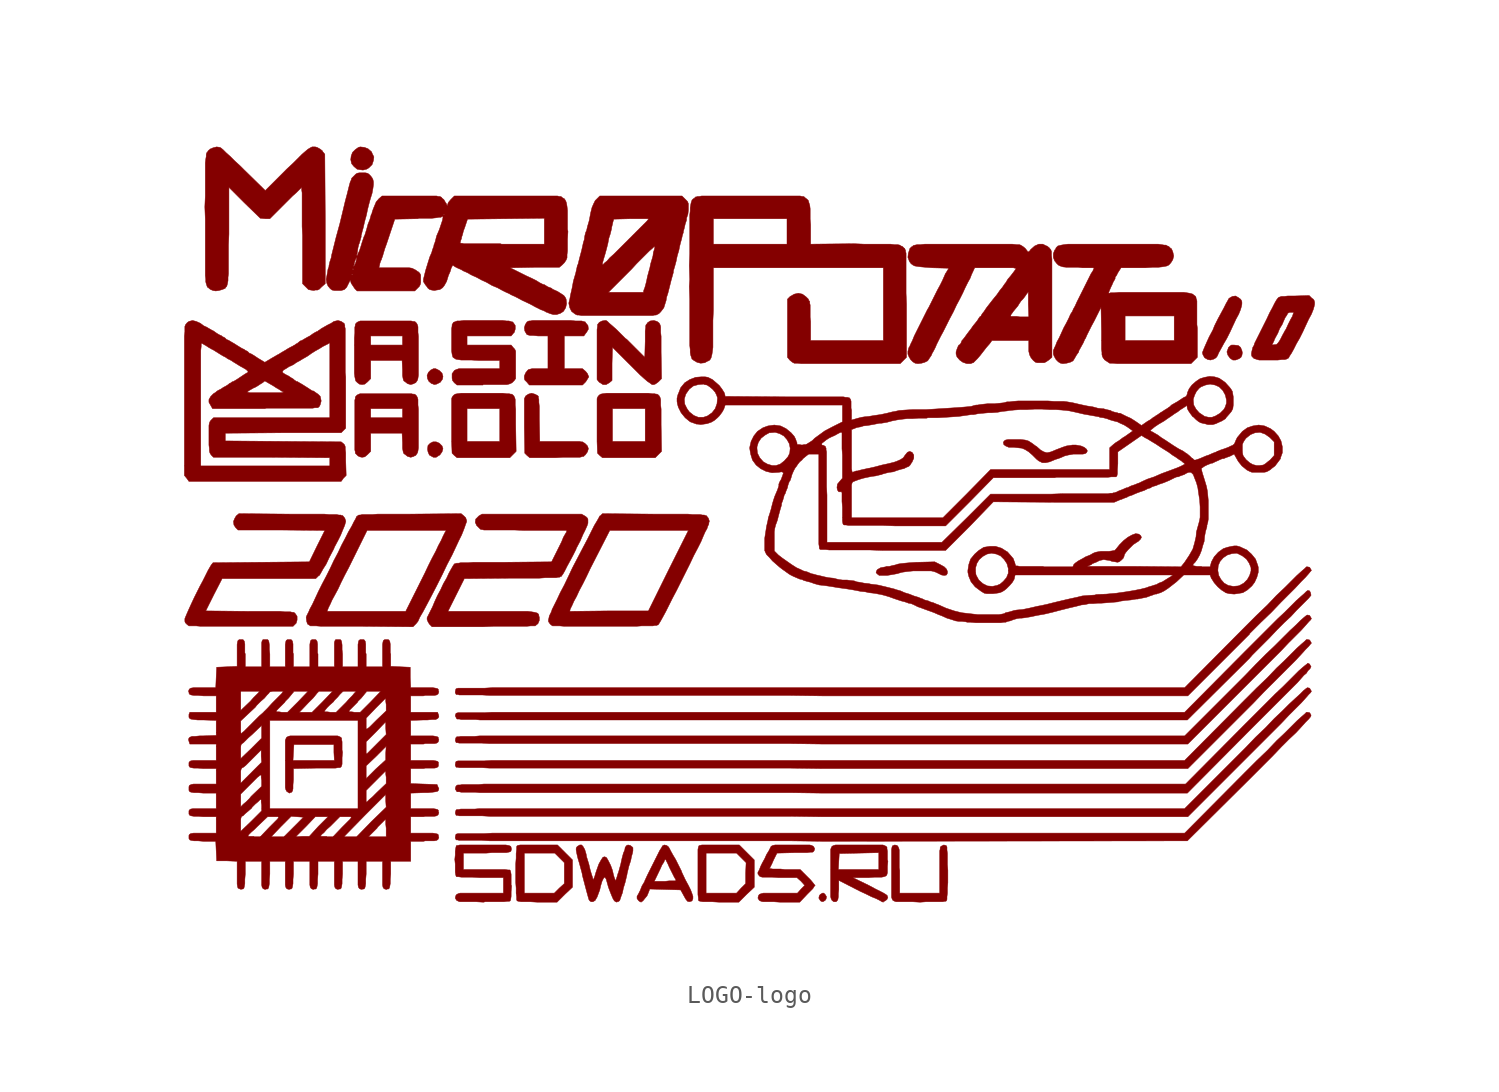
<source format=kicad_sym>
(kicad_symbol_lib
  (version 20220914)
  (generator kicad_symbol_editor)
  (symbol "LOGO-logo"
    (pin_names
      (offset 1.016))
    (property "Reference" "#G"
      (at 0 -20.879 0)
      (effects (font (size 1.524 1.524)) hide))
    (symbol "LOGO-logo_0_0"
      (polyline (pts (xy 4.216 -21.184) (xy 4.267 -21.107) (xy 4.293 -20.98) (xy 4.216 -20.853) (xy 4.14 -20.777) (xy 4.064 -20.777) (xy 3.937 -20.853) (xy 3.886 -20.93) (xy 3.861 -21.057) (xy 3.937 -21.184) (xy 3.988 -21.234) (xy 4.089 -21.26) (xy 4.216 -21.184)) (stroke (width 0.025) (type solid)) (fill (type outline)))
      (polyline (pts (xy -17.501 7.671) (xy -17.297 7.772) (xy -17.17 7.95) (xy -17.145 8.103) (xy -17.196 8.28) (xy -17.348 8.433) (xy -17.551 8.534) (xy -17.678 8.534) (xy -17.831 8.458) (xy -17.958 8.331) (xy -18.034 8.153) (xy -18.009 7.976) (xy -17.932 7.823) (xy -17.78 7.696) (xy -17.755 7.696) (xy -17.628 7.645) (xy -17.501 7.671)) (stroke (width 0.025) (type solid)) (fill (type outline)))
      (polyline (pts (xy -17.374 3.683) (xy -17.323 3.708) (xy -17.196 3.886) (xy -17.145 4.064) (xy -17.196 4.216) (xy -17.348 4.369) (xy -17.526 4.445) (xy -17.704 4.445) (xy -17.856 4.369) (xy -17.983 4.242) (xy -18.009 4.039) (xy -17.983 3.886) (xy -17.907 3.708) (xy -17.729 3.607) (xy -17.678 3.581) (xy -17.526 3.581) (xy -17.374 3.683)) (stroke (width 0.025) (type solid)) (fill (type outline)))
      (polyline (pts (xy 27.356 9.093) (xy 27.457 9.169) (xy 27.508 9.271) (xy 27.534 9.423) (xy 27.508 9.55) (xy 27.432 9.728) (xy 27.305 9.83) (xy 27.076 9.855) (xy 26.924 9.855) (xy 26.848 9.804) (xy 26.746 9.703) (xy 26.746 9.677) (xy 26.67 9.474) (xy 26.721 9.296) (xy 26.848 9.119) (xy 27 9.017) (xy 27.153 9.017) (xy 27.356 9.093)) (stroke (width 0.025) (type solid)) (fill (type outline)))
      (polyline (pts (xy -21.412 19.685) (xy -21.285 19.761) (xy -21.107 19.939) (xy -21.031 20.168) (xy -21.006 20.371) (xy -21.107 20.574) (xy -21.133 20.65) (xy -21.336 20.828) (xy -21.539 20.904) (xy -21.768 20.93) (xy -21.869 20.904) (xy -22.047 20.777) (xy -22.2 20.625) (xy -22.276 20.422) (xy -22.301 20.218) (xy -22.25 19.99) (xy -22.123 19.837) (xy -21.946 19.685) (xy -21.819 19.66) (xy -21.615 19.634) (xy -21.412 19.685)) (stroke (width 0.025) (type solid)) (fill (type outline)))
      (polyline (pts (xy -0.178 -20.853) (xy 0.254 -20.447) (xy 0.254 -18.923) (xy -0.584 -18.085) (xy -2.667 -18.085) (xy -2.794 -18.11) (xy -2.845 -18.136) (xy -2.87 -18.212) (xy -2.896 -18.339) (xy -2.896 -20.777) (xy -2.438 -20.777) (xy -2.438 -18.542) (xy -0.737 -18.542) (xy -0.203 -19.075) (xy -0.229 -19.66) (xy -0.229 -20.244) (xy -0.483 -20.498) (xy -0.737 -20.777) (xy -2.438 -20.777) (xy -2.896 -20.777) (xy -2.896 -20.853) (xy -2.87 -21.057) (xy -2.87 -21.158) (xy -2.845 -21.209) (xy -2.769 -21.234) (xy -2.616 -21.26) (xy -2.108 -21.26) (xy -1.702 -21.285) (xy -0.61 -21.285) (xy -0.178 -20.853)) (stroke (width 0.025) (type solid)) (fill (type outline)))
      (polyline (pts (xy -13.056 3.912) (xy -13.081 5.41) (xy -13.081 6.274) (xy -13.106 6.502) (xy -13.106 6.807) (xy -13.132 6.909) (xy -13.183 7.01) (xy -13.259 7.087) (xy -13.31 7.112) (xy -13.36 7.112) (xy -13.462 7.137) (xy -13.589 7.137) (xy -13.792 7.163) (xy -16.129 7.163) (xy -16.332 7.137) (xy -16.459 7.112) (xy -16.535 7.061) (xy -16.586 7.01) (xy -16.637 6.934) (xy -16.662 6.858) (xy -16.662 5.258) (xy -16.662 4.47) (xy -15.799 4.47) (xy -15.799 6.299) (xy -13.97 6.299) (xy -13.97 4.47) (xy -15.799 4.47) (xy -16.662 4.47) (xy -16.637 3.81) (xy -16.51 3.683) (xy -16.358 3.556) (xy -13.411 3.556) (xy -13.056 3.912)) (stroke (width 0.025) (type solid)) (fill (type outline)))
      (polyline (pts (xy -10.338 -20.853) (xy -9.906 -20.447) (xy -9.906 -18.923) (xy -10.744 -18.085) (xy -12.827 -18.085) (xy -12.954 -18.11) (xy -13.005 -18.136) (xy -13.03 -18.186) (xy -13.03 -18.339) (xy -13.056 -18.567) (xy -13.056 -18.821) (xy -13.081 -19.152) (xy -13.081 -20.168) (xy -13.056 -20.498) (xy -13.056 -20.777) (xy -12.598 -20.777) (xy -12.598 -18.542) (xy -10.897 -18.542) (xy -10.363 -19.075) (xy -10.363 -20.244) (xy -10.643 -20.498) (xy -10.922 -20.777) (xy -12.598 -20.777) (xy -13.056 -20.777) (xy -13.03 -20.98) (xy -13.03 -21.133) (xy -13.005 -21.209) (xy -12.929 -21.234) (xy -12.776 -21.26) (xy -12.268 -21.26) (xy -11.862 -21.285) (xy -10.77 -21.285) (xy -10.338 -20.853)) (stroke (width 0.025) (type solid)) (fill (type outline)))
      (polyline (pts (xy -4.928 3.912) (xy -4.953 5.41) (xy -4.953 6.274) (xy -4.978 6.502) (xy -4.978 6.807) (xy -5.004 6.909) (xy -5.055 7.01) (xy -5.131 7.087) (xy -5.182 7.112) (xy -5.232 7.112) (xy -5.334 7.137) (xy -5.461 7.137) (xy -5.664 7.163) (xy -8.001 7.163) (xy -8.204 7.137) (xy -8.331 7.112) (xy -8.407 7.061) (xy -8.458 7.01) (xy -8.509 6.934) (xy -8.534 6.858) (xy -8.534 5.258) (xy -8.534 4.47) (xy -7.671 4.47) (xy -7.671 6.299) (xy -5.842 6.299) (xy -5.842 4.47) (xy -7.671 4.47) (xy -8.534 4.47) (xy -8.509 3.81) (xy -8.382 3.683) (xy -8.23 3.556) (xy -5.283 3.556) (xy -4.928 3.912)) (stroke (width 0.025) (type solid)) (fill (type outline)))
      (polyline (pts (xy -10.439 3.581) (xy -9.5 3.581) (xy -9.398 3.607) (xy -9.322 3.632) (xy -9.271 3.632) (xy -9.246 3.683) (xy -9.195 3.708) (xy -9.068 3.886) (xy -9.017 4.064) (xy -9.068 4.216) (xy -9.22 4.369) (xy -9.271 4.394) (xy -9.347 4.445) (xy -9.423 4.445) (xy -9.525 4.47) (xy -11.735 4.47) (xy -11.76 5.715) (xy -11.76 6.426) (xy -11.786 6.655) (xy -11.786 6.807) (xy -11.811 6.909) (xy -11.811 6.985) (xy -11.862 7.036) (xy -12.014 7.112) (xy -12.192 7.163) (xy -12.37 7.112) (xy -12.522 7.01) (xy -12.598 6.858) (xy -12.598 5.258) (xy -12.573 3.81) (xy -12.446 3.683) (xy -12.294 3.556) (xy -10.846 3.556) (xy -10.439 3.581)) (stroke (width 0.025) (type solid)) (fill (type outline)))
      (polyline (pts (xy 27.915 -7.671) (xy 28.092 -7.468) (xy 29.032 -6.528) (xy 29.464 -6.071) (xy 29.87 -5.664) (xy 30.251 -5.309) (xy 30.556 -4.978) (xy 31.242 -4.293) (xy 31.344 -4.166) (xy 31.369 -4.14) (xy 31.369 -4.115) (xy 31.344 -3.988) (xy 31.293 -3.886) (xy 31.191 -3.861) (xy 31.115 -3.912) (xy 30.988 -4.039) (xy 30.785 -4.216) (xy 30.531 -4.445) (xy 29.896 -5.08) (xy 29.515 -5.436) (xy 27.686 -7.264) (xy 24.308 -10.668) (xy -14.402 -10.668) (xy -14.834 -10.693) (xy -16.307 -10.693) (xy -16.383 -10.719) (xy -16.408 -10.719) (xy -16.434 -10.77) (xy -16.459 -10.871) (xy -16.383 -11.024) (xy -16.358 -11.049) (xy -16.231 -11.049) (xy -16.129 -11.074) (xy -15.342 -11.074) (xy -15.088 -11.1) (xy 24.46 -11.1) (xy 27.915 -7.671)) (stroke (width 0.025) (type solid)) (fill (type outline)))
      (polyline (pts (xy 7.976 -2.972) (xy 8.255 -2.921) (xy 8.331 -2.896) (xy 8.509 -2.845) (xy 8.687 -2.819) (xy 8.89 -2.794) (xy 9.144 -2.769) (xy 10.135 -2.769) (xy 10.262 -2.794) (xy 10.414 -2.845) (xy 10.719 -2.997) (xy 10.871 -3.023) (xy 10.998 -2.997) (xy 11.049 -2.896) (xy 11.049 -2.794) (xy 10.998 -2.667) (xy 10.871 -2.54) (xy 10.643 -2.413) (xy 10.338 -2.261) (xy 9.373 -2.286) (xy 9.322 -2.286) (xy 8.941 -2.311) (xy 8.661 -2.337) (xy 8.433 -2.362) (xy 8.28 -2.388) (xy 8.128 -2.438) (xy 8.001 -2.464) (xy 7.798 -2.515) (xy 7.645 -2.515) (xy 7.595 -2.54) (xy 7.315 -2.591) (xy 7.137 -2.692) (xy 7.087 -2.769) (xy 7.061 -2.87) (xy 7.137 -2.946) (xy 7.239 -3.023) (xy 7.671 -3.023) (xy 7.976 -2.972)) (stroke (width 0.025) (type solid)) (fill (type outline)))
      (polyline (pts (xy 28.169 -10.135) (xy 28.727 -9.55) (xy 30.531 -7.747) (xy 30.836 -7.417) (xy 31.064 -7.163) (xy 31.242 -6.985) (xy 31.344 -6.858) (xy 31.394 -6.807) (xy 31.369 -6.756) (xy 31.293 -6.629) (xy 31.166 -6.604) (xy 31.115 -6.604) (xy 31.013 -6.706) (xy 30.836 -6.858) (xy 30.582 -7.087) (xy 29.896 -7.772) (xy 29.439 -8.204) (xy 28.931 -8.738) (xy 28.321 -9.322) (xy 27.661 -9.982) (xy 24.308 -13.36) (xy -14.402 -13.36) (xy -14.834 -13.386) (xy -16.307 -13.386) (xy -16.383 -13.411) (xy -16.408 -13.411) (xy -16.434 -13.462) (xy -16.459 -13.589) (xy -16.459 -13.64) (xy -16.408 -13.741) (xy -16.332 -13.741) (xy -16.231 -13.767) (xy -14.961 -13.767) (xy -14.529 -13.792) (xy 2.261 -13.792) (xy 4.064 -13.818) (xy 24.486 -13.818) (xy 28.169 -10.135)) (stroke (width 0.025) (type solid)) (fill (type outline)))
      (polyline (pts (xy 29.693 -7.239) (xy 30.124 -6.782) (xy 30.836 -6.071) (xy 31.064 -5.817) (xy 31.242 -5.613) (xy 31.344 -5.512) (xy 31.394 -5.436) (xy 31.369 -5.385) (xy 31.293 -5.258) (xy 31.166 -5.232) (xy 31.115 -5.258) (xy 30.988 -5.359) (xy 30.785 -5.537) (xy 30.531 -5.791) (xy 30.201 -6.096) (xy 29.362 -6.934) (xy 28.854 -7.417) (xy 28.296 -7.976) (xy 27.686 -8.611) (xy 24.308 -11.989) (xy -15.088 -11.989) (xy -15.367 -12.014) (xy -16.154 -12.014) (xy -16.256 -12.04) (xy -16.383 -12.04) (xy -16.383 -12.065) (xy -16.408 -12.065) (xy -16.434 -12.116) (xy -16.459 -12.243) (xy -16.408 -12.37) (xy -16.332 -12.37) (xy -16.231 -12.395) (xy -14.961 -12.395) (xy -14.529 -12.421) (xy 2.286 -12.421) (xy 4.064 -12.446) (xy 24.486 -12.446) (xy 29.693 -7.239)) (stroke (width 0.025) (type solid)) (fill (type outline)))
      (polyline (pts (xy 27.915 -11.709) (xy 30.607 -9.017) (xy 30.81 -8.788) (xy 30.963 -8.611) (xy 31.115 -8.484) (xy 31.191 -8.357) (xy 31.318 -8.23) (xy 31.369 -8.128) (xy 31.369 -8.103) (xy 31.344 -8.077) (xy 31.293 -7.976) (xy 31.191 -7.925) (xy 31.14 -7.976) (xy 31.039 -8.052) (xy 30.886 -8.179) (xy 30.683 -8.357) (xy 29.794 -9.246) (xy 29.362 -9.652) (xy 27.737 -11.278) (xy 24.359 -14.681) (xy -14.859 -14.681) (xy -15.138 -14.707) (xy -16.078 -14.707) (xy -16.18 -14.732) (xy -16.332 -14.732) (xy -16.358 -14.757) (xy -16.383 -14.757) (xy -16.434 -14.834) (xy -16.459 -14.961) (xy -16.383 -15.088) (xy -16.358 -15.113) (xy -16.231 -15.113) (xy -16.129 -15.138) (xy -15.342 -15.138) (xy -15.088 -15.164) (xy 2.362 -15.164) (xy 4.064 -15.189) (xy 24.46 -15.189) (xy 27.915 -11.709)) (stroke (width 0.025) (type solid)) (fill (type outline)))
      (polyline (pts (xy 29.693 -11.303) (xy 30.124 -10.846) (xy 30.836 -10.135) (xy 31.064 -9.881) (xy 31.242 -9.677) (xy 31.344 -9.576) (xy 31.394 -9.5) (xy 31.369 -9.449) (xy 31.293 -9.322) (xy 31.166 -9.296) (xy 31.09 -9.347) (xy 30.963 -9.449) (xy 30.759 -9.652) (xy 30.48 -9.906) (xy 30.15 -10.211) (xy 29.769 -10.592) (xy 29.312 -11.024) (xy 28.829 -11.532) (xy 28.27 -12.065) (xy 27.686 -12.675) (xy 24.308 -16.053) (xy -15.088 -16.053) (xy -15.367 -16.078) (xy -16.154 -16.078) (xy -16.256 -16.104) (xy -16.383 -16.104) (xy -16.383 -16.129) (xy -16.408 -16.129) (xy -16.434 -16.18) (xy -16.459 -16.307) (xy -16.408 -16.434) (xy -16.332 -16.434) (xy -16.231 -16.459) (xy -14.961 -16.459) (xy -14.529 -16.485) (xy 2.286 -16.485) (xy 4.064 -16.51) (xy 24.486 -16.51) (xy 29.693 -11.303)) (stroke (width 0.025) (type solid)) (fill (type outline)))
      (polyline (pts (xy 24.46 -17.856) (xy 27.915 -14.427) (xy 29.235 -13.106) (xy 29.718 -12.598) (xy 30.15 -12.167) (xy 30.531 -11.811) (xy 30.836 -11.481) (xy 31.064 -11.227) (xy 31.242 -11.049) (xy 31.344 -10.922) (xy 31.369 -10.871) (xy 31.369 -10.82) (xy 31.293 -10.693) (xy 31.166 -10.668) (xy 31.115 -10.668) (xy 31.013 -10.77) (xy 30.836 -10.922) (xy 30.582 -11.151) (xy 29.896 -11.836) (xy 29.439 -12.268) (xy 28.931 -12.802) (xy 28.321 -13.386) (xy 27.661 -14.046) (xy 24.308 -17.424) (xy -14.402 -17.424) (xy -14.834 -17.45) (xy -16.307 -17.45) (xy -16.383 -17.475) (xy -16.408 -17.475) (xy -16.434 -17.526) (xy -16.459 -17.653) (xy -16.459 -17.704) (xy -16.408 -17.805) (xy -16.332 -17.805) (xy -16.231 -17.831) (xy -14.961 -17.831) (xy -14.529 -17.856) (xy 2.261 -17.856) (xy 4.064 -17.882) (xy 24.46 -17.856)) (stroke (width 0.025) (type solid)) (fill (type outline)))
      (polyline (pts (xy 27.94 -6.299) (xy 27.94 -6.274) (xy 28.575 -5.639) (xy 29.159 -5.08) (xy 29.667 -4.547) (xy 30.505 -3.708) (xy 30.81 -3.378) (xy 31.064 -3.124) (xy 31.242 -2.921) (xy 31.344 -2.794) (xy 31.394 -2.743) (xy 31.369 -2.692) (xy 31.293 -2.565) (xy 31.166 -2.54) (xy 31.115 -2.54) (xy 31.013 -2.642) (xy 30.836 -2.794) (xy 30.582 -3.023) (xy 29.896 -3.708) (xy 29.439 -4.14) (xy 28.931 -4.674) (xy 28.321 -5.258) (xy 27.661 -5.918) (xy 24.308 -9.296) (xy -14.402 -9.296) (xy -14.834 -9.322) (xy -16.307 -9.322) (xy -16.383 -9.347) (xy -16.408 -9.347) (xy -16.434 -9.398) (xy -16.459 -9.525) (xy -16.459 -9.576) (xy -16.408 -9.677) (xy -16.332 -9.677) (xy -16.231 -9.703) (xy -14.961 -9.703) (xy -14.529 -9.728) (xy 2.261 -9.728) (xy 4.064 -9.754) (xy 24.486 -9.754) (xy 27.94 -6.299)) (stroke (width 0.025) (type solid)) (fill (type outline)))
      (polyline (pts (xy 25.933 9.068) (xy 26.06 9.144) (xy 26.137 9.246) (xy 26.213 9.423) (xy 26.34 9.652) (xy 26.492 9.931) (xy 26.67 10.236) (xy 26.848 10.592) (xy 27 10.922) (xy 27.178 11.303) (xy 27.33 11.582) (xy 27.432 11.836) (xy 27.483 12.014) (xy 27.508 12.141) (xy 27.508 12.268) (xy 27.483 12.344) (xy 27.432 12.421) (xy 27.356 12.471) (xy 27.33 12.497) (xy 27.153 12.598) (xy 26.975 12.573) (xy 26.797 12.471) (xy 26.772 12.446) (xy 26.721 12.344) (xy 26.619 12.167) (xy 26.492 11.913) (xy 26.34 11.633) (xy 26.162 11.303) (xy 25.984 10.947) (xy 25.883 10.693) (xy 25.679 10.312) (xy 25.552 10.033) (xy 25.451 9.804) (xy 25.375 9.627) (xy 25.324 9.5) (xy 25.298 9.423) (xy 25.324 9.347) (xy 25.324 9.322) (xy 25.425 9.144) (xy 25.603 9.042) (xy 25.756 9.017) (xy 25.933 9.068)) (stroke (width 0.025) (type solid)) (fill (type outline)))
      (polyline (pts (xy -25.679 -15.164) (xy -25.603 -15.138) (xy -25.552 -15.062) (xy -25.527 -14.935) (xy -25.527 -14.732) (xy -25.502 -14.427) (xy -25.502 -13.818) (xy -24.232 -13.792) (xy -23.165 -13.792) (xy -23.012 -13.767) (xy -22.911 -13.767) (xy -22.86 -13.741) (xy -22.835 -13.716) (xy -22.809 -13.665) (xy -22.784 -13.564) (xy -22.784 -13.208) (xy -22.758 -12.903) (xy -22.784 -12.776) (xy -22.784 -12.319) (xy -22.809 -12.192) (xy -22.809 -12.116) (xy -22.86 -12.065) (xy -22.962 -12.014) (xy -23.038 -11.989) (xy -25.679 -11.989) (xy -25.781 -12.014) (xy -25.883 -12.065) (xy -25.933 -12.167) (xy -25.959 -12.243) (xy -25.959 -13.36) (xy -25.527 -13.36) (xy -25.502 -12.903) (xy -25.476 -12.471) (xy -23.241 -12.471) (xy -23.241 -12.903) (xy -23.216 -13.36) (xy -25.527 -13.36) (xy -25.959 -13.36) (xy -25.959 -14.884) (xy -25.933 -14.986) (xy -25.883 -15.088) (xy -25.73 -15.189) (xy -25.679 -15.164)) (stroke (width 0.025) (type solid)) (fill (type outline)))
      (polyline (pts (xy 9.855 -21.26) (xy 10.795 -21.26) (xy 10.897 -21.234) (xy 10.947 -21.234) (xy 10.998 -21.209) (xy 10.998 -21.184) (xy 11.024 -21.133) (xy 11.024 -20.98) (xy 11.049 -20.777) (xy 11.049 -20.498) (xy 11.074 -20.193) (xy 11.074 -19.507) (xy 11.049 -19.177) (xy 11.049 -18.567) (xy 11.024 -18.364) (xy 11.024 -18.212) (xy 10.998 -18.136) (xy 10.947 -18.11) (xy 10.846 -18.085) (xy 10.693 -18.161) (xy 10.668 -18.186) (xy 10.643 -18.237) (xy 10.643 -18.313) (xy 10.617 -18.415) (xy 10.617 -20.777) (xy 8.382 -20.777) (xy 8.382 -19.507) (xy 8.357 -19.355) (xy 8.357 -18.364) (xy 8.331 -18.263) (xy 8.28 -18.161) (xy 8.23 -18.11) (xy 8.103 -18.085) (xy 7.976 -18.136) (xy 7.95 -18.212) (xy 7.925 -18.339) (xy 7.925 -21.006) (xy 7.95 -21.082) (xy 8.001 -21.184) (xy 8.103 -21.234) (xy 8.179 -21.26) (xy 9.093 -21.26) (xy 9.525 -21.285) (xy 9.855 -21.26)) (stroke (width 0.025) (type solid)) (fill (type outline)))
      (polyline (pts (xy -9.169 7.798) (xy -9.119 7.874) (xy -9.042 8.001) (xy -8.992 8.077) (xy -9.017 8.128) (xy -9.068 8.255) (xy -9.169 8.382) (xy -9.347 8.534) (xy -10.363 8.534) (xy -10.363 10.363) (xy -9.271 10.363) (xy -9.144 10.541) (xy -9.119 10.566) (xy -9.017 10.744) (xy -9.042 10.947) (xy -9.169 11.1) (xy -9.195 11.151) (xy -9.22 11.151) (xy -9.296 11.176) (xy -9.398 11.201) (xy -9.728 11.201) (xy -9.982 11.227) (xy -12.141 11.227) (xy -12.268 11.201) (xy -12.344 11.201) (xy -12.446 11.151) (xy -12.548 10.998) (xy -12.598 10.82) (xy -12.573 10.643) (xy -12.471 10.465) (xy -12.446 10.439) (xy -12.37 10.414) (xy -12.268 10.389) (xy -12.09 10.389) (xy -11.836 10.363) (xy -11.278 10.363) (xy -11.278 8.534) (xy -12.167 8.534) (xy -12.37 8.484) (xy -12.421 8.433) (xy -12.522 8.306) (xy -12.598 8.128) (xy -12.598 8.001) (xy -12.573 7.899) (xy -12.471 7.798) (xy -12.319 7.62) (xy -9.347 7.62) (xy -9.169 7.798)) (stroke (width 0.025) (type solid)) (fill (type outline)))
      (polyline (pts (xy -18.771 3.632) (xy -18.745 3.658) (xy -18.669 3.683) (xy -18.567 3.835) (xy -18.542 3.937) (xy -18.517 4.115) (xy -18.517 6.274) (xy -18.542 6.502) (xy -18.542 6.807) (xy -18.567 6.909) (xy -18.618 7.01) (xy -18.694 7.087) (xy -18.745 7.112) (xy -18.821 7.112) (xy -18.923 7.137) (xy -21.768 7.137) (xy -21.844 7.112) (xy -21.946 7.061) (xy -22.022 6.985) (xy -22.047 6.934) (xy -22.047 6.858) (xy -22.073 6.782) (xy -22.073 5.791) (xy -21.184 5.791) (xy -21.184 6.299) (xy -19.406 6.299) (xy -19.406 5.791) (xy -21.184 5.791) (xy -22.073 5.791) (xy -22.073 3.988) (xy -22.047 3.886) (xy -22.047 3.81) (xy -21.895 3.658) (xy -21.793 3.607) (xy -21.666 3.581) (xy -21.514 3.607) (xy -21.361 3.734) (xy -21.184 3.912) (xy -21.184 4.928) (xy -19.431 4.928) (xy -19.406 4.394) (xy -19.406 4.089) (xy -19.38 3.937) (xy -19.355 3.835) (xy -19.329 3.785) (xy -19.253 3.734) (xy -19.126 3.632) (xy -18.948 3.581) (xy -18.771 3.632)) (stroke (width 0.025) (type solid)) (fill (type outline)))
      (polyline (pts (xy 16.764 3.327) (xy 17.069 3.454) (xy 17.374 3.556) (xy 17.602 3.658) (xy 17.805 3.708) (xy 17.958 3.734) (xy 18.085 3.759) (xy 18.618 3.759) (xy 18.745 3.785) (xy 18.821 3.835) (xy 18.872 3.937) (xy 18.821 4.039) (xy 18.694 4.14) (xy 18.517 4.216) (xy 18.237 4.267) (xy 18.034 4.267) (xy 17.882 4.242) (xy 17.704 4.216) (xy 17.475 4.14) (xy 17.348 4.089) (xy 17.145 4.013) (xy 16.967 3.937) (xy 16.84 3.886) (xy 16.739 3.861) (xy 16.612 3.835) (xy 16.434 3.886) (xy 16.256 3.988) (xy 16.027 4.191) (xy 15.977 4.216) (xy 15.773 4.369) (xy 15.57 4.496) (xy 15.392 4.547) (xy 15.164 4.572) (xy 14.427 4.572) (xy 14.3 4.547) (xy 14.224 4.496) (xy 14.173 4.42) (xy 14.199 4.293) (xy 14.3 4.216) (xy 14.478 4.14) (xy 14.757 4.14) (xy 15.215 4.089) (xy 15.392 4.013) (xy 15.596 3.886) (xy 15.799 3.708) (xy 16.027 3.48) (xy 16.154 3.378) (xy 16.358 3.277) (xy 16.535 3.277) (xy 16.764 3.327)) (stroke (width 0.025) (type solid)) (fill (type outline)))
      (polyline (pts (xy -7.849 7.747) (xy -7.696 7.874) (xy -7.696 8.814) (xy -7.671 9.728) (xy -6.121 8.179) (xy -5.893 7.976) (xy -5.715 7.823) (xy -5.563 7.722) (xy -5.461 7.645) (xy -5.359 7.645) (xy -5.283 7.671) (xy -5.207 7.722) (xy -5.105 7.798) (xy -4.928 7.976) (xy -4.953 9.474) (xy -4.953 10.338) (xy -4.978 10.566) (xy -4.978 10.871) (xy -5.004 10.973) (xy -5.055 11.074) (xy -5.08 11.1) (xy -5.182 11.176) (xy -5.359 11.227) (xy -5.563 11.201) (xy -5.715 11.1) (xy -5.74 11.049) (xy -5.791 10.998) (xy -5.817 10.922) (xy -5.817 10.82) (xy -5.842 10.643) (xy -5.842 10.058) (xy -5.867 9.169) (xy -6.883 10.185) (xy -6.934 10.211) (xy -7.442 10.719) (xy -7.671 10.922) (xy -7.849 11.074) (xy -7.95 11.176) (xy -8.026 11.227) (xy -8.103 11.227) (xy -8.255 11.201) (xy -8.407 11.125) (xy -8.509 10.998) (xy -8.509 10.897) (xy -8.534 10.719) (xy -8.534 7.925) (xy -8.407 7.772) (xy -8.357 7.747) (xy -8.204 7.645) (xy -8.026 7.645) (xy -7.849 7.747)) (stroke (width 0.025) (type solid)) (fill (type outline)))
      (polyline (pts (xy -18.771 7.696) (xy -18.745 7.722) (xy -18.669 7.747) (xy -18.567 7.899) (xy -18.542 8.001) (xy -18.517 8.179) (xy -18.517 10.338) (xy -18.542 10.566) (xy -18.542 10.871) (xy -18.567 10.973) (xy -18.618 11.074) (xy -18.694 11.151) (xy -18.745 11.176) (xy -18.821 11.176) (xy -18.923 11.201) (xy -21.768 11.201) (xy -21.844 11.176) (xy -21.946 11.125) (xy -22.022 11.049) (xy -22.047 10.998) (xy -22.047 10.947) (xy -22.073 10.846) (xy -22.073 10.516) (xy -22.098 10.262) (xy -22.098 9.855) (xy -21.184 9.855) (xy -21.184 10.363) (xy -19.406 10.363) (xy -19.406 9.855) (xy -21.184 9.855) (xy -22.098 9.855) (xy -22.098 8.28) (xy -22.073 8.077) (xy -22.047 7.95) (xy -22.022 7.849) (xy -21.92 7.747) (xy -21.844 7.696) (xy -21.819 7.671) (xy -21.666 7.645) (xy -21.514 7.671) (xy -21.361 7.798) (xy -21.184 7.976) (xy -21.184 8.992) (xy -19.431 8.992) (xy -19.406 8.458) (xy -19.406 8.153) (xy -19.38 8.001) (xy -19.355 7.899) (xy -19.329 7.849) (xy -19.253 7.798) (xy -19.126 7.696) (xy -18.948 7.645) (xy -18.771 7.696)) (stroke (width 0.025) (type solid)) (fill (type outline)))
      (polyline (pts (xy -14.884 7.645) (xy -13.564 7.645) (xy -13.462 7.671) (xy -13.386 7.696) (xy -13.284 7.747) (xy -13.157 7.874) (xy -13.106 7.95) (xy -13.081 7.976) (xy -13.081 9.5) (xy -13.106 9.576) (xy -13.157 9.652) (xy -13.208 9.703) (xy -13.335 9.855) (xy -15.799 9.855) (xy -15.799 10.363) (xy -13.335 10.363) (xy -13.208 10.516) (xy -13.157 10.566) (xy -13.106 10.744) (xy -13.106 10.947) (xy -13.208 11.1) (xy -13.259 11.151) (xy -13.31 11.151) (xy -13.36 11.176) (xy -13.462 11.201) (xy -13.589 11.201) (xy -13.792 11.227) (xy -16.002 11.227) (xy -16.205 11.201) (xy -16.358 11.201) (xy -16.485 11.151) (xy -16.561 11.125) (xy -16.586 11.074) (xy -16.637 10.998) (xy -16.637 10.922) (xy -16.662 10.77) (xy -16.662 9.525) (xy -16.637 9.347) (xy -16.612 9.246) (xy -16.586 9.169) (xy -16.434 9.068) (xy -16.307 9.042) (xy -16.129 9.017) (xy -15.57 9.017) (xy -15.138 8.992) (xy -13.97 8.992) (xy -13.97 8.534) (xy -16.256 8.534) (xy -16.408 8.484) (xy -16.51 8.433) (xy -16.561 8.357) (xy -16.637 8.255) (xy -16.637 8.001) (xy -16.612 7.874) (xy -16.51 7.747) (xy -16.358 7.62) (xy -14.91 7.62) (xy -14.884 7.645)) (stroke (width 0.025) (type solid)) (fill (type outline)))
      (polyline (pts (xy 3.226 -20.828) (xy 3.531 -20.523) (xy 3.607 -20.396) (xy 3.658 -20.345) (xy 3.607 -20.295) (xy 3.531 -20.193) (xy 3.404 -20.041) (xy 2.819 -19.456) (xy 1.956 -19.456) (xy 1.727 -19.431) (xy 1.295 -19.431) (xy 1.143 -19.406) (xy 1.118 -19.406) (xy 1.118 -19.38) (xy 1.245 -19.126) (xy 1.321 -18.948) (xy 1.524 -18.542) (xy 2.489 -18.517) (xy 3.2 -18.517) (xy 3.378 -18.491) (xy 3.505 -18.491) (xy 3.556 -18.466) (xy 3.607 -18.39) (xy 3.632 -18.288) (xy 3.556 -18.161) (xy 3.454 -18.11) (xy 3.353 -18.085) (xy 1.422 -18.085) (xy 1.295 -18.11) (xy 1.194 -18.161) (xy 1.067 -18.415) (xy 0.94 -18.618) (xy 0.838 -18.847) (xy 0.711 -19.075) (xy 0.61 -19.279) (xy 0.533 -19.482) (xy 0.457 -19.609) (xy 0.457 -19.71) (xy 0.533 -19.812) (xy 0.559 -19.837) (xy 0.61 -19.863) (xy 0.711 -19.888) (xy 1.27 -19.888) (xy 1.626 -19.914) (xy 2.642 -19.914) (xy 2.87 -20.117) (xy 3.073 -20.345) (xy 2.87 -20.549) (xy 2.667 -20.777) (xy 0.762 -20.777) (xy 0.66 -20.803) (xy 0.584 -20.828) (xy 0.533 -20.853) (xy 0.483 -20.93) (xy 0.457 -21.057) (xy 0.533 -21.184) (xy 0.635 -21.234) (xy 0.737 -21.26) (xy 1.346 -21.26) (xy 1.702 -21.285) (xy 2.794 -21.285) (xy 3.226 -20.828)) (stroke (width 0.025) (type solid)) (fill (type outline)))
      (polyline (pts (xy -14.783 -21.26) (xy -13.741 -21.26) (xy -13.538 -21.234) (xy -13.437 -21.234) (xy -13.386 -21.209) (xy -13.36 -21.133) (xy -13.335 -20.955) (xy -13.335 -20.701) (xy -13.31 -20.371) (xy -13.335 -20.32) (xy -13.335 -19.736) (xy -13.36 -19.583) (xy -13.386 -19.507) (xy -13.411 -19.482) (xy -13.513 -19.482) (xy -13.691 -19.456) (xy -16.002 -19.456) (xy -16.002 -18.542) (xy -14.732 -18.542) (xy -14.427 -18.517) (xy -13.614 -18.517) (xy -13.487 -18.491) (xy -13.386 -18.466) (xy -13.335 -18.415) (xy -13.335 -18.364) (xy -13.31 -18.313) (xy -13.335 -18.263) (xy -13.335 -18.212) (xy -13.36 -18.161) (xy -13.411 -18.136) (xy -13.487 -18.11) (xy -13.64 -18.085) (xy -16.205 -18.085) (xy -16.307 -18.11) (xy -16.358 -18.11) (xy -16.408 -18.136) (xy -16.408 -18.161) (xy -16.434 -18.263) (xy -16.459 -18.44) (xy -16.459 -18.644) (xy -16.485 -18.898) (xy -16.459 -19.152) (xy -16.459 -19.609) (xy -16.434 -19.761) (xy -16.408 -19.837) (xy -16.383 -19.863) (xy -16.281 -19.863) (xy -16.104 -19.888) (xy -15.494 -19.888) (xy -15.062 -19.914) (xy -13.767 -19.914) (xy -13.767 -20.777) (xy -16.18 -20.777) (xy -16.281 -20.803) (xy -16.383 -20.853) (xy -16.434 -20.93) (xy -16.459 -21.057) (xy -16.383 -21.184) (xy -16.281 -21.234) (xy -16.205 -21.26) (xy -15.291 -21.26) (xy -14.884 -21.285) (xy -14.783 -21.26)) (stroke (width 0.025) (type solid)) (fill (type outline)))
      (polyline (pts (xy -6.045 -21.26) (xy -5.969 -21.209) (xy -5.867 -21.082) (xy -5.74 -20.93) (xy -5.664 -20.752) (xy -5.588 -20.549) (xy -3.861 -20.599) (xy -3.708 -20.879) (xy -3.581 -21.107) (xy -3.48 -21.234) (xy -3.378 -21.26) (xy -3.277 -21.234) (xy -3.226 -21.209) (xy -3.2 -21.158) (xy -3.175 -21.082) (xy -3.175 -20.955) (xy -3.226 -20.803) (xy -3.302 -20.599) (xy -3.429 -20.345) (xy -3.607 -20.015) (xy -3.81 -19.583) (xy -3.81 -19.558) (xy -4.14 -18.898) (xy -4.293 -18.644) (xy -4.42 -18.415) (xy -4.496 -18.263) (xy -4.547 -18.186) (xy -4.648 -18.11) (xy -4.775 -18.085) (xy -4.877 -18.136) (xy -4.928 -18.237) (xy -5.029 -18.39) (xy -5.715 -19.761) (xy -5.867 -20.091) (xy -5.867 -20.117) (xy -5.334 -20.117) (xy -5.029 -19.482) (xy -5.004 -19.431) (xy -4.902 -19.202) (xy -4.801 -19.05) (xy -4.75 -18.923) (xy -4.724 -18.898) (xy -4.699 -18.898) (xy -4.572 -19.152) (xy -4.496 -19.329) (xy -4.216 -19.888) (xy -4.14 -20.015) (xy -4.115 -20.066) (xy -4.14 -20.066) (xy -4.166 -20.091) (xy -4.496 -20.091) (xy -4.724 -20.117) (xy -5.334 -20.117) (xy -5.867 -20.117) (xy -6.02 -20.371) (xy -6.121 -20.625) (xy -6.223 -20.828) (xy -6.299 -20.955) (xy -6.299 -21.082) (xy -6.223 -21.184) (xy -6.172 -21.234) (xy -6.071 -21.285) (xy -6.045 -21.26)) (stroke (width 0.025) (type solid)) (fill (type outline)))
      (polyline (pts (xy 7.468 -21.26) (xy 7.569 -21.209) (xy 7.671 -21.133) (xy 7.722 -21.006) (xy 7.696 -20.98) (xy 7.696 -20.93) (xy 7.645 -20.879) (xy 7.569 -20.828) (xy 7.442 -20.752) (xy 6.985 -20.523) (xy 6.655 -20.345) (xy 5.766 -19.914) (xy 6.629 -19.914) (xy 6.96 -19.888) (xy 7.366 -19.888) (xy 7.493 -19.863) (xy 7.569 -19.837) (xy 7.62 -19.812) (xy 7.645 -19.787) (xy 7.671 -19.736) (xy 7.696 -19.634) (xy 7.696 -19.279) (xy 7.722 -18.999) (xy 7.696 -18.898) (xy 7.696 -18.44) (xy 7.671 -18.288) (xy 7.671 -18.212) (xy 7.62 -18.161) (xy 7.518 -18.11) (xy 7.442 -18.085) (xy 4.801 -18.085) (xy 4.699 -18.11) (xy 4.597 -18.161) (xy 4.547 -18.263) (xy 4.521 -18.339) (xy 4.521 -19.456) (xy 4.953 -19.456) (xy 4.978 -18.999) (xy 5.004 -18.567) (xy 6.096 -18.542) (xy 7.214 -18.517) (xy 7.214 -19.456) (xy 4.953 -19.456) (xy 4.521 -19.456) (xy 4.521 -20.98) (xy 4.547 -21.082) (xy 4.597 -21.184) (xy 4.699 -21.26) (xy 4.826 -21.26) (xy 4.902 -21.184) (xy 4.928 -21.133) (xy 4.953 -20.98) (xy 4.953 -20.803) (xy 4.978 -20.574) (xy 4.978 -20.066) (xy 6.172 -20.676) (xy 6.502 -20.828) (xy 6.807 -20.98) (xy 7.061 -21.082) (xy 7.264 -21.184) (xy 7.391 -21.26) (xy 7.468 -21.285) (xy 7.468 -21.26)) (stroke (width 0.025) (type solid)) (fill (type outline)))
      (polyline (pts (xy -25.349 -5.69) (xy -25.298 -5.512) (xy -25.298 -5.309) (xy -25.4 -5.156) (xy -25.451 -5.105) (xy -25.502 -5.08) (xy -25.578 -5.08) (xy -25.679 -5.055) (xy -25.984 -5.055) (xy -26.238 -5.029) (xy -27.965 -5.029) (xy -30.404 -5.004) (xy -29.947 -4.089) (xy -29.489 -3.2) (xy -24.257 -3.2) (xy -24.105 -3.048) (xy -24.054 -3.023) (xy -23.978 -2.896) (xy -23.851 -2.667) (xy -23.673 -2.388) (xy -23.495 -2.007) (xy -23.241 -1.524) (xy -23.216 -1.448) (xy -23.012 -1.067) (xy -22.86 -0.762) (xy -22.758 -0.508) (xy -22.682 -0.33) (xy -22.631 -0.203) (xy -22.606 -0.102) (xy -22.581 -0.025) (xy -22.581 0.025) (xy -22.631 0.178) (xy -22.733 0.305) (xy -22.758 0.33) (xy -22.809 0.33) (xy -22.86 0.356) (xy -22.962 0.356) (xy -23.089 0.381) (xy -23.495 0.381) (xy -23.774 0.406) (xy -25.705 0.406) (xy -28.55 0.432) (xy -28.702 0.305) (xy -28.778 0.178) (xy -28.854 0) (xy -28.829 -0.203) (xy -28.727 -0.356) (xy -28.6 -0.483) (xy -26.187 -0.483) (xy -23.749 -0.508) (xy -24.181 -1.372) (xy -24.613 -2.261) (xy -29.997 -2.311) (xy -30.099 -2.438) (xy -30.175 -2.565) (xy -30.277 -2.743) (xy -30.556 -3.302) (xy -30.734 -3.632) (xy -31.039 -4.242) (xy -31.217 -4.623) (xy -31.344 -4.902) (xy -31.445 -5.131) (xy -31.521 -5.309) (xy -31.572 -5.436) (xy -31.572 -5.588) (xy -31.547 -5.664) (xy -31.445 -5.766) (xy -31.344 -5.842) (xy -30.937 -5.842) (xy -30.658 -5.867) (xy -25.527 -5.867) (xy -25.349 -5.69)) (stroke (width 0.025) (type solid)) (fill (type outline)))
      (polyline (pts (xy 29.743 9.042) (xy 29.896 9.042) (xy 29.997 9.068) (xy 30.099 9.119) (xy 30.124 9.144) (xy 30.175 9.246) (xy 30.277 9.398) (xy 30.404 9.627) (xy 30.556 9.931) (xy 30.734 10.236) (xy 30.912 10.592) (xy 31.064 10.922) (xy 31.242 11.303) (xy 31.394 11.582) (xy 31.496 11.836) (xy 31.547 12.014) (xy 31.572 12.141) (xy 31.572 12.243) (xy 31.547 12.344) (xy 31.496 12.421) (xy 31.42 12.471) (xy 31.267 12.624) (xy 30.455 12.598) (xy 30.074 12.598) (xy 29.87 12.573) (xy 29.718 12.573) (xy 29.566 12.522) (xy 29.515 12.471) (xy 29.439 12.37) (xy 29.337 12.192) (xy 29.21 11.938) (xy 29.058 11.659) (xy 28.905 11.328) (xy 28.219 9.957) (xy 28.194 9.855) (xy 29.185 9.855) (xy 29.312 10.109) (xy 29.312 10.135) (xy 29.388 10.287) (xy 29.515 10.516) (xy 29.616 10.77) (xy 29.769 11.024) (xy 29.82 11.151) (xy 29.921 11.379) (xy 30.023 11.532) (xy 30.074 11.633) (xy 30.175 11.684) (xy 30.378 11.684) (xy 30.404 11.659) (xy 30.378 11.608) (xy 30.328 11.455) (xy 30.226 11.278) (xy 30.099 11.024) (xy 29.972 10.744) (xy 29.921 10.668) (xy 29.769 10.389) (xy 29.667 10.185) (xy 29.591 10.058) (xy 29.515 9.957) (xy 29.464 9.906) (xy 29.413 9.881) (xy 29.362 9.881) (xy 29.185 9.855) (xy 28.194 9.855) (xy 28.118 9.728) (xy 28.067 9.525) (xy 28.042 9.398) (xy 28.042 9.296) (xy 28.067 9.22) (xy 28.194 9.093) (xy 28.219 9.093) (xy 28.372 9.042) (xy 28.473 9.017) (xy 29.515 9.017) (xy 29.743 9.042)) (stroke (width 0.025) (type solid)) (fill (type outline)))
      (polyline (pts (xy -18.644 -5.715) (xy -18.542 -5.588) (xy -18.44 -5.359) (xy -18.263 -5.055) (xy -18.059 -4.674) (xy -17.805 -4.191) (xy -17.501 -3.607) (xy -17.17 -2.946) (xy -16.916 -2.413) (xy -16.637 -1.88) (xy -16.434 -1.448) (xy -16.256 -1.067) (xy -16.104 -0.762) (xy -16.002 -0.508) (xy -15.926 -0.305) (xy -15.875 -0.152) (xy -15.824 -0.025) (xy -15.824 0.051) (xy -15.875 0.203) (xy -15.977 0.305) (xy -16.129 0.432) (xy -18.999 0.406) (xy -20.803 0.406) (xy -21.107 0.381) (xy -21.666 0.381) (xy -21.768 0.356) (xy -21.844 0.356) (xy -21.895 0.33) (xy -21.946 0.279) (xy -21.971 0.279) (xy -22.022 0.152) (xy -22.123 -0.025) (xy -22.25 -0.279) (xy -22.428 -0.584) (xy -22.606 -0.94) (xy -22.809 -1.321) (xy -23.012 -1.753) (xy -23.241 -2.184) (xy -23.444 -2.616) (xy -23.673 -3.073) (xy -23.901 -3.505) (xy -24.105 -3.912) (xy -24.282 -4.293) (xy -24.435 -4.623) (xy -24.587 -4.902) (xy -24.638 -5.029) (xy -23.622 -5.029) (xy -23.546 -4.826) (xy -23.444 -4.623) (xy -23.343 -4.394) (xy -23.19 -4.115) (xy -23.012 -3.785) (xy -22.835 -3.404) (xy -22.631 -2.997) (xy -22.403 -2.565) (xy -21.387 -0.508) (xy -16.967 -0.508) (xy -17.043 -0.635) (xy -17.145 -0.838) (xy -17.247 -1.067) (xy -17.399 -1.346) (xy -17.551 -1.676) (xy -17.755 -2.057) (xy -17.958 -2.464) (xy -18.161 -2.896) (xy -19.228 -5.029) (xy -23.622 -5.029) (xy -24.638 -5.029) (xy -24.689 -5.131) (xy -24.765 -5.283) (xy -24.79 -5.359) (xy -24.79 -5.385) (xy -24.765 -5.588) (xy -24.714 -5.74) (xy -24.587 -5.817) (xy -24.562 -5.842) (xy -24.232 -5.842) (xy -23.927 -5.867) (xy -21.641 -5.867) (xy -18.821 -5.893) (xy -18.644 -5.715)) (stroke (width 0.025) (type solid)) (fill (type outline)))
      (polyline (pts (xy -6.045 -5.842) (xy -5.41 -5.842) (xy -5.309 -5.817) (xy -5.207 -5.817) (xy -5.156 -5.791) (xy -5.131 -5.791) (xy -5.105 -5.766) (xy -5.055 -5.69) (xy -4.978 -5.563) (xy -4.851 -5.334) (xy -4.699 -5.055) (xy -4.318 -4.293) (xy -4.089 -3.861) (xy -3.353 -2.388) (xy -3.124 -1.905) (xy -2.896 -1.473) (xy -2.718 -1.118) (xy -2.591 -0.813) (xy -2.489 -0.584) (xy -2.388 -0.406) (xy -2.337 -0.254) (xy -2.286 -0.152) (xy -2.286 -0.076) (xy -2.261 -0.025) (xy -2.261 0.025) (xy -2.311 0.178) (xy -2.413 0.305) (xy -2.438 0.33) (xy -2.489 0.33) (xy -2.54 0.356) (xy -2.642 0.356) (xy -2.769 0.381) (xy -3.175 0.381) (xy -3.454 0.406) (xy -5.385 0.406) (xy -8.23 0.432) (xy -8.357 0.305) (xy -8.382 0.305) (xy -8.433 0.203) (xy -8.534 0.025) (xy -8.687 -0.229) (xy -9.068 -0.991) (xy -9.322 -1.473) (xy -9.601 -2.007) (xy -9.906 -2.591) (xy -10.109 -3.023) (xy -10.363 -3.556) (xy -10.592 -3.988) (xy -10.77 -4.369) (xy -11.049 -4.928) (xy -11.074 -5.029) (xy -10.058 -5.029) (xy -10.033 -4.902) (xy -9.931 -4.699) (xy -9.83 -4.47) (xy -9.677 -4.191) (xy -9.525 -3.861) (xy -9.322 -3.48) (xy -9.119 -3.073) (xy -8.915 -2.642) (xy -7.823 -0.508) (xy -3.429 -0.508) (xy -4.547 -2.743) (xy -5.664 -5.004) (xy -7.874 -5.004) (xy -10.058 -5.029) (xy -11.074 -5.029) (xy -11.125 -5.131) (xy -11.201 -5.283) (xy -11.227 -5.41) (xy -11.252 -5.512) (xy -11.252 -5.588) (xy -11.227 -5.639) (xy -11.201 -5.664) (xy -11.176 -5.715) (xy -11.125 -5.766) (xy -11.024 -5.842) (xy -10.617 -5.842) (xy -10.338 -5.867) (xy -6.375 -5.867) (xy -6.045 -5.842)) (stroke (width 0.025) (type solid)) (fill (type outline)))
      (polyline (pts (xy -29.667 12.903) (xy -29.489 12.954) (xy -29.362 13.005) (xy -29.312 13.03) (xy -29.286 13.081) (xy -29.235 13.132) (xy -29.21 13.208) (xy -29.185 13.31) (xy -29.159 13.462) (xy -29.159 13.64) (xy -29.134 13.843) (xy -29.134 15.443) (xy -29.108 16.053) (xy -29.108 18.669) (xy -28.245 17.805) (xy -27.356 16.942) (xy -27.076 16.916) (xy -26.822 16.916) (xy -25.552 18.186) (xy -25.349 18.364) (xy -25.044 18.669) (xy -25.044 18.542) (xy -25.019 18.364) (xy -25.019 16.485) (xy -24.994 15.977) (xy -24.994 13.284) (xy -24.663 12.954) (xy -24.536 12.929) (xy -24.359 12.903) (xy -24.282 12.929) (xy -24.155 12.929) (xy -24.054 12.979) (xy -23.927 13.106) (xy -23.724 13.284) (xy -23.724 16.916) (xy -23.749 20.523) (xy -23.876 20.676) (xy -23.876 20.701) (xy -24.003 20.803) (xy -24.181 20.904) (xy -24.282 20.93) (xy -24.46 20.93) (xy -24.562 20.879) (xy -24.689 20.803) (xy -24.841 20.676) (xy -25.019 20.523) (xy -25.527 20.015) (xy -25.883 19.685) (xy -27.076 18.491) (xy -28.296 19.685) (xy -28.499 19.888) (xy -28.778 20.142) (xy -29.032 20.396) (xy -29.261 20.599) (xy -29.439 20.777) (xy -29.566 20.879) (xy -29.616 20.904) (xy -29.794 20.93) (xy -29.997 20.879) (xy -30.175 20.803) (xy -30.175 20.777) (xy -30.226 20.752) (xy -30.277 20.701) (xy -30.302 20.65) (xy -30.353 20.599) (xy -30.378 20.498) (xy -30.378 20.396) (xy -30.404 20.244) (xy -30.429 20.041) (xy -30.429 18.186) (xy -30.455 17.577) (xy -30.429 16.891) (xy -30.429 13.741) (xy -30.404 13.538) (xy -30.404 13.386) (xy -30.378 13.284) (xy -30.328 13.132) (xy -30.302 13.081) (xy -30.251 13.056) (xy -30.201 13.005) (xy -30.124 12.954) (xy -29.997 12.903) (xy -29.845 12.878) (xy -29.667 12.903)) (stroke (width 0.025) (type solid)) (fill (type outline)))
      (polyline (pts (xy -14.351 -5.867) (xy -12.497 -5.867) (xy -12.243 -5.842) (xy -11.989 -5.842) (xy -11.963 -5.817) (xy -11.836 -5.715) (xy -11.76 -5.537) (xy -11.76 -5.334) (xy -11.786 -5.309) (xy -11.786 -5.232) (xy -11.811 -5.182) (xy -11.862 -5.131) (xy -11.938 -5.105) (xy -12.04 -5.08) (xy -12.192 -5.055) (xy -12.395 -5.029) (xy -16.866 -5.029) (xy -15.951 -3.2) (xy -13.284 -3.175) (xy -11.76 -3.175) (xy -11.43 -3.15) (xy -10.82 -3.15) (xy -10.719 -3.124) (xy -10.643 -3.124) (xy -10.592 -3.099) (xy -10.566 -3.073) (xy -10.516 -3.073) (xy -10.516 -3.048) (xy -10.439 -2.946) (xy -10.338 -2.769) (xy -10.211 -2.515) (xy -10.058 -2.235) (xy -9.881 -1.905) (xy -9.703 -1.549) (xy -9.703 -1.524) (xy -9.474 -1.092) (xy -9.322 -0.737) (xy -9.195 -0.483) (xy -9.093 -0.254) (xy -9.042 -0.102) (xy -9.042 0.102) (xy -9.068 0.178) (xy -9.144 0.254) (xy -9.22 0.305) (xy -9.398 0.406) (xy -14.961 0.406) (xy -15.138 0.305) (xy -15.316 0.127) (xy -15.342 -0.051) (xy -15.265 -0.229) (xy -15.062 -0.432) (xy -15.011 -0.457) (xy -14.961 -0.457) (xy -14.859 -0.483) (xy -13.157 -0.483) (xy -12.598 -0.508) (xy -10.262 -0.508) (xy -10.211 -0.533) (xy -10.236 -0.533) (xy -10.236 -0.584) (xy -10.312 -0.711) (xy -10.414 -0.889) (xy -10.516 -1.143) (xy -11.074 -2.261) (xy -13.741 -2.286) (xy -15.443 -2.286) (xy -15.748 -2.311) (xy -16.154 -2.311) (xy -16.281 -2.337) (xy -16.383 -2.337) (xy -16.434 -2.362) (xy -16.485 -2.362) (xy -16.535 -2.413) (xy -16.586 -2.489) (xy -16.688 -2.667) (xy -16.815 -2.896) (xy -16.942 -3.175) (xy -17.12 -3.48) (xy -17.272 -3.81) (xy -17.45 -4.14) (xy -17.602 -4.47) (xy -17.729 -4.775) (xy -18.034 -5.385) (xy -18.034 -5.486) (xy -17.983 -5.613) (xy -17.907 -5.74) (xy -17.755 -5.893) (xy -14.935 -5.893) (xy -14.351 -5.867)) (stroke (width 0.025) (type solid)) (fill (type outline)))
      (polyline (pts (xy -7.417 -21.26) (xy -7.366 -21.26) (xy -7.315 -21.234) (xy -7.264 -21.184) (xy -7.188 -20.955) (xy -7.112 -20.752) (xy -7.061 -20.498) (xy -6.96 -20.168) (xy -6.858 -19.736) (xy -6.858 -19.71) (xy -6.756 -19.279) (xy -6.655 -18.974) (xy -6.604 -18.72) (xy -6.553 -18.542) (xy -6.528 -18.415) (xy -6.528 -18.237) (xy -6.579 -18.186) (xy -6.68 -18.11) (xy -6.807 -18.085) (xy -6.909 -18.136) (xy -6.909 -18.161) (xy -6.96 -18.212) (xy -6.985 -18.364) (xy -7.061 -18.542) (xy -7.137 -18.821) (xy -7.214 -19.177) (xy -7.341 -19.634) (xy -7.366 -19.685) (xy -7.417 -19.863) (xy -7.493 -20.091) (xy -7.518 -20.091) (xy -7.518 -20.041) (xy -7.569 -19.914) (xy -7.62 -19.736) (xy -7.671 -19.507) (xy -7.772 -19.228) (xy -7.899 -18.974) (xy -8.001 -18.796) (xy -8.103 -18.745) (xy -8.204 -18.771) (xy -8.306 -18.923) (xy -8.433 -19.152) (xy -8.56 -19.507) (xy -8.611 -19.66) (xy -8.661 -19.837) (xy -8.712 -19.964) (xy -8.738 -20.015) (xy -8.763 -19.99) (xy -8.788 -19.888) (xy -8.839 -19.736) (xy -8.915 -19.482) (xy -8.992 -19.152) (xy -9.119 -18.745) (xy -9.144 -18.593) (xy -9.22 -18.339) (xy -9.322 -18.161) (xy -9.398 -18.085) (xy -9.5 -18.085) (xy -9.627 -18.161) (xy -9.677 -18.212) (xy -9.703 -18.288) (xy -9.703 -18.364) (xy -9.677 -18.517) (xy -9.627 -18.745) (xy -9.601 -18.847) (xy -9.525 -19.101) (xy -9.373 -19.66) (xy -9.347 -19.812) (xy -9.22 -20.295) (xy -9.119 -20.676) (xy -9.042 -20.955) (xy -8.992 -21.133) (xy -8.941 -21.209) (xy -8.865 -21.26) (xy -8.763 -21.26) (xy -8.636 -21.184) (xy -8.611 -21.133) (xy -8.534 -21.006) (xy -8.382 -20.599) (xy -8.331 -20.371) (xy -8.255 -20.117) (xy -8.179 -19.964) (xy -8.128 -19.888) (xy -8.077 -19.914) (xy -8.026 -19.99) (xy -7.976 -20.168) (xy -7.899 -20.447) (xy -7.823 -20.65) (xy -7.722 -20.904) (xy -7.645 -21.082) (xy -7.569 -21.209) (xy -7.493 -21.26) (xy -7.417 -21.285) (xy -7.417 -21.26)) (stroke (width 0.025) (type solid)) (fill (type outline)))
      (polyline (pts (xy 8.763 9.169) (xy 8.763 12.141) (xy 8.738 12.751) (xy 8.738 14.986) (xy 8.712 15.088) (xy 8.712 15.138) (xy 8.661 15.24) (xy 8.661 15.265) (xy 8.636 15.265) (xy 8.534 15.367) (xy 8.458 15.392) (xy 8.382 15.443) (xy 8.255 15.469) (xy 8.077 15.469) (xy 7.874 15.494) (xy 6.401 15.494) (xy 5.817 15.519) (xy 3.404 15.494) (xy 3.404 16.586) (xy 3.378 16.891) (xy 3.378 17.475) (xy 3.353 17.678) (xy 3.302 17.831) (xy 3.277 17.932) (xy 3.2 18.009) (xy 3.099 18.085) (xy 3.048 18.136) (xy 2.997 18.161) (xy 2.921 18.161) (xy 2.819 18.186) (xy -2.692 18.186) (xy -2.819 18.161) (xy -2.921 18.161) (xy -2.972 18.136) (xy -3.023 18.136) (xy -3.099 18.059) (xy -3.15 18.034) (xy -3.226 17.958) (xy -3.277 17.805) (xy -3.302 17.678) (xy -3.327 17.526) (xy -3.327 17.348) (xy -3.353 17.12) (xy -3.353 15.494) (xy -2.032 15.494) (xy -2.032 16.916) (xy 2.083 16.916) (xy 2.083 15.494) (xy -2.032 15.494) (xy -3.353 15.494) (xy -3.353 14.961) (xy -3.378 14.3) (xy -3.353 13.513) (xy -3.378 13.132) (xy -3.353 12.421) (xy -3.353 9.83) (xy -3.327 9.601) (xy -3.327 9.449) (xy -3.302 9.296) (xy -3.226 9.068) (xy -3.175 9.042) (xy -3.124 8.992) (xy -3.073 8.966) (xy -2.946 8.89) (xy -2.743 8.839) (xy -2.515 8.865) (xy -2.337 8.966) (xy -2.311 8.966) (xy -2.235 9.017) (xy -2.184 9.093) (xy -2.159 9.144) (xy -2.108 9.347) (xy -2.083 9.525) (xy -2.057 9.728) (xy -2.057 11.227) (xy -2.032 11.786) (xy -2.032 14.173) (xy 7.468 14.173) (xy 7.468 10.109) (xy 3.404 10.109) (xy 3.404 11.176) (xy 3.378 11.405) (xy 3.378 12.09) (xy 3.353 12.192) (xy 3.353 12.294) (xy 3.302 12.344) (xy 3.277 12.421) (xy 3.15 12.548) (xy 2.946 12.7) (xy 2.718 12.751) (xy 2.489 12.7) (xy 2.261 12.573) (xy 2.108 12.421) (xy 2.108 9.169) (xy 2.235 9.017) (xy 2.261 8.992) (xy 2.388 8.89) (xy 2.489 8.839) (xy 2.667 8.839) (xy 2.896 8.814) (xy 8.407 8.814) (xy 8.763 9.169)) (stroke (width 0.025) (type solid)) (fill (type outline)))
      (polyline (pts (xy -5.309 11.532) (xy -5.232 11.532) (xy -5.08 11.608) (xy -4.978 11.709) (xy -4.801 11.938) (xy -4.699 12.268) (xy -4.674 12.344) (xy -4.648 12.522) (xy -4.572 12.751) (xy -4.394 13.462) (xy -4.267 13.919) (xy -4.267 13.995) (xy -4.191 14.249) (xy -4.115 14.529) (xy -4.064 14.783) (xy -4.039 14.884) (xy -3.962 15.138) (xy -3.912 15.392) (xy -3.861 15.596) (xy -3.81 15.773) (xy -3.759 16.002) (xy -3.708 16.154) (xy -3.708 16.205) (xy -3.658 16.383) (xy -3.607 16.612) (xy -3.531 16.84) (xy -3.531 16.942) (xy -3.454 17.17) (xy -3.429 17.399) (xy -3.429 17.755) (xy -3.48 17.882) (xy -3.785 18.186) (xy -8.382 18.186) (xy -8.636 17.932) (xy -8.712 17.78) (xy -8.814 17.551) (xy -8.89 17.247) (xy -8.966 16.84) (xy -8.992 16.739) (xy -9.068 16.485) (xy -9.119 16.256) (xy -9.169 16.154) (xy -9.22 15.951) (xy -9.246 15.748) (xy -9.296 15.596) (xy -9.398 15.138) (xy -9.5 14.757) (xy -9.601 14.351) (xy -8.23 14.351) (xy -8.23 14.427) (xy -8.204 14.529) (xy -8.153 14.707) (xy -8.077 14.961) (xy -8.001 15.24) (xy -7.925 15.545) (xy -7.874 15.824) (xy -7.798 16.053) (xy -7.722 16.358) (xy -7.722 16.408) (xy -7.671 16.612) (xy -7.645 16.739) (xy -7.595 16.891) (xy -6.629 16.916) (xy -5.69 16.916) (xy -5.639 16.891) (xy -5.664 16.891) (xy -5.74 16.789) (xy -7.595 14.935) (xy -7.823 14.732) (xy -7.976 14.554) (xy -8.103 14.453) (xy -8.204 14.351) (xy -8.23 14.351) (xy -9.601 14.351) (xy -9.627 14.326) (xy -9.728 13.868) (xy -9.855 13.437) (xy -9.931 13.03) (xy -9.982 12.802) (xy -7.899 12.802) (xy -6.604 14.097) (xy -6.325 14.402) (xy -5.613 15.113) (xy -5.436 15.265) (xy -5.309 15.392) (xy -5.309 15.291) (xy -5.334 15.189) (xy -5.385 15.037) (xy -5.41 14.834) (xy -5.461 14.656) (xy -5.537 14.402) (xy -5.588 14.148) (xy -5.639 13.97) (xy -5.715 13.691) (xy -5.766 13.437) (xy -5.817 13.233) (xy -5.867 13.056) (xy -5.918 12.929) (xy -5.944 12.802) (xy -7.899 12.802) (xy -9.982 12.802) (xy -10.008 12.7) (xy -10.058 12.421) (xy -10.109 12.217) (xy -10.109 12.167) (xy -10.058 11.938) (xy -9.957 11.735) (xy -9.754 11.582) (xy -9.652 11.532) (xy -9.55 11.532) (xy -9.423 11.506) (xy -5.41 11.506) (xy -5.309 11.532)) (stroke (width 0.025) (type solid)) (fill (type outline)))
      (polyline (pts (xy 25.019 9.169) (xy 25.019 10.795) (xy 24.994 10.998) (xy 24.994 12.319) (xy 24.968 12.421) (xy 24.943 12.471) (xy 24.943 12.522) (xy 24.917 12.573) (xy 24.892 12.598) (xy 24.816 12.649) (xy 24.765 12.7) (xy 24.689 12.725) (xy 24.587 12.751) (xy 24.435 12.776) (xy 24.257 12.802) (xy 20.65 12.802) (xy 20.371 12.776) (xy 20.168 12.776) (xy 20.091 12.751) (xy 20.066 12.751) (xy 20.066 12.802) (xy 20.117 12.929) (xy 20.193 13.106) (xy 20.244 13.208) (xy 20.32 13.386) (xy 20.396 13.513) (xy 20.422 13.564) (xy 20.422 13.64) (xy 20.498 13.741) (xy 20.574 13.894) (xy 20.752 14.173) (xy 22.123 14.173) (xy 22.504 14.199) (xy 22.809 14.199) (xy 23.038 14.224) (xy 23.19 14.249) (xy 23.317 14.275) (xy 23.419 14.326) (xy 23.495 14.402) (xy 23.571 14.503) (xy 23.647 14.63) (xy 23.698 14.834) (xy 23.647 15.062) (xy 23.571 15.24) (xy 23.52 15.265) (xy 23.419 15.367) (xy 23.343 15.392) (xy 23.266 15.443) (xy 23.165 15.443) (xy 23.012 15.469) (xy 22.835 15.494) (xy 17.78 15.494) (xy 17.577 15.469) (xy 17.424 15.443) (xy 17.221 15.392) (xy 17.12 15.291) (xy 17.094 15.215) (xy 17.043 15.164) (xy 16.967 14.961) (xy 16.967 14.757) (xy 17.043 14.554) (xy 17.069 14.529) (xy 17.145 14.427) (xy 17.247 14.326) (xy 17.348 14.275) (xy 17.501 14.224) (xy 17.729 14.199) (xy 18.364 14.199) (xy 18.593 14.173) (xy 19.202 14.173) (xy 19.253 14.148) (xy 19.228 14.122) (xy 19.177 13.995) (xy 19.075 13.843) (xy 18.288 12.268) (xy 18.186 12.04) (xy 18.085 11.862) (xy 18.034 11.735) (xy 17.932 11.582) (xy 17.831 11.354) (xy 17.704 11.1) (xy 17.551 10.82) (xy 17.297 10.262) (xy 17.17 10.033) (xy 17.094 9.83) (xy 17.043 9.728) (xy 16.967 9.55) (xy 16.967 9.347) (xy 17.018 9.22) (xy 17.12 9.042) (xy 17.247 8.915) (xy 17.374 8.839) (xy 17.501 8.814) (xy 17.704 8.839) (xy 17.907 8.89) (xy 18.059 8.966) (xy 18.085 8.992) (xy 18.161 9.119) (xy 18.263 9.296) (xy 18.39 9.474) (xy 18.39 9.525) (xy 18.644 9.982) (xy 18.72 10.16) (xy 18.771 10.236) (xy 18.847 10.414) (xy 19.101 10.922) (xy 19.253 11.201) (xy 19.634 11.963) (xy 19.66 10.592) (xy 19.66 10.109) (xy 20.98 10.109) (xy 20.98 11.481) (xy 23.724 11.481) (xy 23.724 10.109) (xy 20.98 10.109) (xy 19.66 10.109) (xy 19.66 9.627) (xy 19.685 9.449) (xy 19.685 9.322) (xy 19.71 9.22) (xy 19.761 9.119) (xy 19.812 9.068) (xy 19.812 9.042) (xy 20.117 8.839) (xy 20.295 8.839) (xy 20.549 8.814) (xy 24.663 8.814) (xy 25.019 9.169)) (stroke (width 0.025) (type solid)) (fill (type outline)))
      (polyline (pts (xy 12.471 8.865) (xy 12.497 8.865) (xy 12.725 9.093) (xy 12.878 9.271) (xy 13.233 9.728) (xy 13.411 9.931) (xy 13.538 10.109) (xy 15.596 10.109) (xy 15.596 9.5) (xy 15.646 9.296) (xy 15.723 9.144) (xy 15.85 8.992) (xy 15.977 8.89) (xy 16.078 8.865) (xy 16.459 8.865) (xy 16.561 8.915) (xy 16.713 9.017) (xy 16.891 9.169) (xy 16.891 14.656) (xy 16.866 14.859) (xy 16.866 15.088) (xy 16.84 15.138) (xy 16.84 15.164) (xy 16.739 15.291) (xy 16.612 15.392) (xy 16.586 15.392) (xy 16.383 15.494) (xy 16.154 15.494) (xy 15.926 15.392) (xy 15.697 15.189) (xy 15.646 15.113) (xy 15.57 15.062) (xy 15.545 15.062) (xy 15.494 15.138) (xy 15.392 15.265) (xy 15.265 15.367) (xy 15.138 15.443) (xy 15.062 15.469) (xy 14.91 15.469) (xy 14.681 15.494) (xy 9.779 15.494) (xy 9.55 15.469) (xy 9.373 15.469) (xy 9.246 15.443) (xy 9.144 15.418) (xy 9.093 15.367) (xy 9.042 15.342) (xy 8.941 15.24) (xy 8.941 15.215) (xy 8.865 14.986) (xy 8.839 14.757) (xy 8.915 14.554) (xy 8.941 14.503) (xy 9.017 14.402) (xy 9.119 14.326) (xy 9.22 14.275) (xy 9.373 14.249) (xy 9.576 14.224) (xy 9.855 14.199) (xy 10.211 14.173) (xy 11.125 14.148) (xy 10.973 13.894) (xy 10.947 13.868) (xy 10.871 13.691) (xy 10.77 13.462) (xy 10.643 13.208) (xy 10.49 12.929) (xy 10.008 11.963) (xy 9.931 11.836) (xy 9.195 10.363) (xy 9.093 10.109) (xy 8.992 9.906) (xy 8.941 9.779) (xy 8.89 9.703) (xy 8.839 9.5) (xy 8.839 9.347) (xy 8.89 9.22) (xy 8.992 9.042) (xy 9.119 8.915) (xy 9.246 8.839) (xy 9.398 8.814) (xy 9.601 8.839) (xy 9.779 8.89) (xy 9.931 8.966) (xy 9.957 8.992) (xy 10.16 9.296) (xy 10.185 9.373) (xy 10.287 9.55) (xy 10.389 9.754) (xy 10.439 9.881) (xy 10.668 10.338) (xy 10.82 10.617) (xy 11.176 11.328) (xy 11.379 11.709) (xy 11.557 12.09) (xy 11.735 12.421) (xy 11.913 12.776) (xy 12.04 13.056) (xy 12.192 13.36) (xy 12.319 13.589) (xy 12.395 13.792) (xy 12.573 14.173) (xy 14.732 14.173) (xy 14.834 14.148) (xy 14.884 14.148) (xy 14.884 14.122) (xy 14.757 13.945) (xy 14.58 13.716) (xy 14.427 13.538) (xy 14.351 13.411) (xy 14.326 13.36) (xy 14.3 13.335) (xy 14.224 13.233) (xy 14.122 13.081) (xy 13.995 12.929) (xy 13.818 12.675) (xy 13.589 12.395) (xy 13.233 11.938) (xy 13.081 11.709) (xy 13.056 11.684) (xy 12.979 11.582) (xy 12.929 11.481) (xy 14.58 11.481) (xy 14.605 11.557) (xy 14.681 11.659) (xy 14.732 11.735) (xy 14.986 12.04) (xy 15.062 12.167) (xy 15.164 12.319) (xy 15.265 12.421) (xy 15.367 12.548) (xy 15.469 12.7) (xy 15.57 12.827) (xy 15.57 12.141) (xy 15.596 11.43) (xy 15.088 11.43) (xy 14.935 11.455) (xy 14.605 11.455) (xy 14.58 11.481) (xy 12.929 11.481) (xy 12.903 11.455) (xy 12.878 11.455) (xy 12.802 11.354) (xy 12.725 11.227) (xy 12.624 11.1) (xy 12.497 10.947) (xy 12.319 10.693) (xy 12.294 10.668) (xy 12.141 10.465) (xy 12.014 10.287) (xy 11.913 10.16) (xy 11.862 10.109) (xy 11.811 9.982) (xy 11.786 9.931) (xy 11.709 9.855) (xy 11.684 9.855) (xy 11.633 9.754) (xy 11.582 9.627) (xy 11.532 9.474) (xy 11.532 9.347) (xy 11.582 9.195) (xy 11.735 9.017) (xy 11.913 8.89) (xy 12.141 8.814) (xy 12.344 8.814) (xy 12.471 8.865)) (stroke (width 0.025) (type solid)) (fill (type outline)))
      (polyline (pts (xy -22.708 2.413) (xy -22.555 2.565) (xy -22.581 3.404) (xy -22.581 3.835) (xy -22.606 4.039) (xy -22.606 4.166) (xy -22.631 4.242) (xy -22.657 4.293) (xy -22.708 4.343) (xy -22.835 4.445) (xy -26.086 4.47) (xy -29.312 4.496) (xy -29.312 4.928) (xy -26.086 4.953) (xy -22.835 4.953) (xy -22.581 5.207) (xy -22.581 8.077) (xy -22.606 8.331) (xy -22.606 10.77) (xy -22.631 10.871) (xy -22.631 10.973) (xy -22.657 11.024) (xy -22.657 11.049) (xy -22.682 11.074) (xy -22.835 11.176) (xy -23.012 11.227) (xy -23.241 11.176) (xy -23.393 11.074) (xy -23.597 10.973) (xy -23.952 10.77) (xy -24.054 10.693) (xy -24.105 10.668) (xy -24.155 10.617) (xy -24.181 10.617) (xy -24.282 10.566) (xy -24.409 10.49) (xy -24.587 10.363) (xy -24.689 10.312) (xy -24.867 10.211) (xy -24.994 10.135) (xy -25.044 10.109) (xy -25.121 10.084) (xy -25.248 9.982) (xy -25.273 9.957) (xy -25.375 9.906) (xy -25.425 9.855) (xy -25.451 9.855) (xy -25.527 9.804) (xy -25.679 9.728) (xy -25.857 9.627) (xy -25.933 9.576) (xy -26.111 9.474) (xy -26.238 9.398) (xy -26.314 9.347) (xy -26.416 9.296) (xy -26.543 9.22) (xy -26.721 9.119) (xy -27.102 8.89) (xy -27.483 9.119) (xy -27.711 9.271) (xy -27.838 9.347) (xy -27.889 9.373) (xy -27.965 9.398) (xy -28.067 9.5) (xy -28.219 9.576) (xy -28.27 9.627) (xy -28.296 9.627) (xy -28.397 9.677) (xy -28.524 9.754) (xy -28.727 9.881) (xy -28.804 9.931) (xy -28.981 10.033) (xy -29.108 10.109) (xy -29.159 10.135) (xy -29.235 10.16) (xy -29.337 10.262) (xy -29.489 10.338) (xy -29.54 10.389) (xy -29.566 10.389) (xy -29.667 10.439) (xy -29.794 10.516) (xy -29.972 10.643) (xy -30.074 10.693) (xy -30.251 10.795) (xy -30.378 10.871) (xy -30.429 10.871) (xy -30.429 10.897) (xy -30.505 10.922) (xy -30.709 11.074) (xy -30.937 11.176) (xy -31.14 11.227) (xy -31.344 11.176) (xy -31.445 11.1) (xy -31.547 10.973) (xy -31.547 10.947) (xy -31.572 10.897) (xy -31.572 10.592) (xy -31.598 10.363) (xy -31.598 3.099) (xy -30.683 3.099) (xy -30.683 9.55) (xy -30.658 9.779) (xy -30.658 9.957) (xy -30.582 9.931) (xy -30.455 9.855) (xy -30.404 9.83) (xy -30.251 9.728) (xy -30.074 9.627) (xy -29.972 9.576) (xy -29.566 9.322) (xy -29.439 9.246) (xy -29.286 9.169) (xy -29.185 9.093) (xy -28.981 8.992) (xy -28.829 8.89) (xy -28.702 8.814) (xy -28.499 8.687) (xy -28.27 8.56) (xy -28.143 8.484) (xy -28.042 8.382) (xy -28.042 8.331) (xy -28.092 8.306) (xy -28.219 8.23) (xy -28.677 7.925) (xy -28.804 7.849) (xy -28.854 7.823) (xy -28.931 7.798) (xy -29.032 7.722) (xy -29.058 7.722) (xy -29.185 7.62) (xy -29.312 7.544) (xy -29.413 7.493) (xy -29.566 7.391) (xy -29.718 7.315) (xy -29.794 7.264) (xy -29.845 7.214) (xy -28.092 7.214) (xy -28.016 7.29) (xy -27.889 7.366) (xy -27.711 7.468) (xy -27.686 7.468) (xy -27.508 7.569) (xy -27.356 7.671) (xy -27.229 7.747) (xy -27.102 7.849) (xy -26.619 7.569) (xy -26.467 7.468) (xy -26.289 7.366) (xy -26.137 7.264) (xy -26.06 7.239) (xy -26.086 7.214) (xy -26.187 7.188) (xy -27.915 7.188) (xy -28.042 7.214) (xy -28.092 7.214) (xy -29.845 7.214) (xy -29.972 7.137) (xy -30.124 6.985) (xy -30.226 6.807) (xy -30.226 6.655) (xy -30.023 6.299) (xy -27.102 6.299) (xy -27.026 6.325) (xy -24.435 6.325) (xy -24.308 6.35) (xy -24.155 6.35) (xy -24.105 6.375) (xy -24.054 6.426) (xy -24.003 6.528) (xy -23.952 6.731) (xy -24.003 6.985) (xy -24.13 7.112) (xy -24.282 7.214) (xy -24.384 7.29) (xy -24.435 7.29) (xy -24.562 7.366) (xy -24.714 7.468) (xy -24.917 7.595) (xy -24.994 7.645) (xy -25.171 7.747) (xy -25.298 7.823) (xy -25.349 7.823) (xy -25.375 7.849) (xy -25.451 7.899) (xy -25.502 7.95) (xy -25.629 8.026) (xy -25.781 8.128) (xy -25.933 8.204) (xy -26.06 8.28) (xy -26.111 8.331) (xy -26.111 8.382) (xy -26.06 8.458) (xy -26.01 8.484) (xy -25.883 8.56) (xy -25.73 8.661) (xy -25.654 8.687) (xy -25.502 8.763) (xy -25.425 8.814) (xy -25.4 8.839) (xy -25.273 8.915) (xy -25.121 8.992) (xy -25.095 9.017) (xy -24.74 9.22) (xy -24.663 9.271) (xy -24.486 9.398) (xy -24.282 9.525) (xy -24.054 9.652) (xy -23.851 9.779) (xy -23.597 9.906) (xy -23.47 9.982) (xy -23.47 5.791) (xy -29.972 5.791) (xy -30.124 5.639) (xy -30.175 5.563) (xy -30.201 5.486) (xy -30.226 5.359) (xy -30.226 4.267) (xy -30.201 4.064) (xy -30.201 3.937) (xy -30.175 3.835) (xy -30.15 3.785) (xy -30.099 3.708) (xy -29.972 3.581) (xy -26.721 3.581) (xy -23.47 3.556) (xy -23.47 3.099) (xy -30.683 3.099) (xy -31.598 3.099) (xy -31.598 2.565) (xy -31.471 2.413) (xy -31.344 2.235) (xy -22.835 2.235) (xy -22.708 2.413)) (stroke (width 0.025) (type solid)) (fill (type outline)))
      (polyline (pts (xy -10.643 11.608) (xy -10.617 11.608) (xy -10.414 11.735) (xy -10.287 11.938) (xy -10.236 12.167) (xy -10.262 12.421) (xy -10.312 12.522) (xy -10.389 12.624) (xy -10.541 12.725) (xy -10.744 12.852) (xy -11.024 12.979) (xy -11.074 13.03) (xy -11.278 13.106) (xy -11.405 13.183) (xy -11.481 13.233) (xy -11.506 13.233) (xy -11.582 13.259) (xy -11.735 13.335) (xy -11.938 13.462) (xy -12.192 13.589) (xy -12.471 13.716) (xy -13.386 14.173) (xy -12.014 14.199) (xy -10.643 14.199) (xy -10.49 14.326) (xy -10.363 14.453) (xy -10.262 14.605) (xy -10.211 14.732) (xy -10.211 14.91) (xy -10.185 15.113) (xy -10.185 15.773) (xy -10.16 16.205) (xy -10.185 16.332) (xy -10.185 17.374) (xy -10.211 17.602) (xy -10.236 17.755) (xy -10.262 17.856) (xy -10.312 17.958) (xy -10.363 18.034) (xy -10.465 18.085) (xy -10.516 18.136) (xy -10.566 18.161) (xy -10.643 18.161) (xy -10.744 18.186) (xy -16.51 18.186) (xy -16.713 17.983) (xy -16.84 17.831) (xy -16.891 17.704) (xy -16.891 17.628) (xy -16.916 17.653) (xy -16.967 17.78) (xy -16.993 17.805) (xy -17.094 17.983) (xy -17.221 18.085) (xy -17.221 18.11) (xy -17.323 18.161) (xy -17.399 18.161) (xy -17.501 18.186) (xy -20.549 18.186) (xy -20.726 18.034) (xy -20.879 17.856) (xy -21.006 17.551) (xy -21.057 17.424) (xy -21.107 17.272) (xy -21.133 17.145) (xy -17.12 17.145) (xy -17.094 17.17) (xy -17.069 17.145) (xy -17.094 17.12) (xy -17.12 17.145) (xy -21.133 17.145) (xy -21.158 17.145) (xy -21.184 17.043) (xy -21.234 16.866) (xy -21.336 16.612) (xy -21.412 16.332) (xy -21.514 16.002) (xy -21.565 15.9) (xy -21.666 15.596) (xy -21.742 15.342) (xy -21.819 15.113) (xy -21.895 14.961) (xy -21.92 14.884) (xy -21.946 14.859) (xy -21.971 14.884) (xy -21.946 14.961) (xy -21.92 15.113) (xy -21.895 15.291) (xy -21.844 15.494) (xy -21.819 15.545) (xy -21.717 15.9) (xy -21.717 16.002) (xy -21.692 16.053) (xy -21.666 16.18) (xy -21.615 16.358) (xy -21.59 16.459) (xy -21.539 16.688) (xy -21.488 16.891) (xy -21.463 16.967) (xy -21.412 17.17) (xy -21.361 17.424) (xy -21.285 17.729) (xy -21.209 18.009) (xy -21.107 18.339) (xy -21.057 18.618) (xy -21.031 18.821) (xy -21.031 18.974) (xy -21.057 19.101) (xy -21.107 19.202) (xy -21.184 19.304) (xy -21.285 19.406) (xy -21.361 19.456) (xy -21.488 19.482) (xy -21.819 19.482) (xy -21.946 19.456) (xy -22.022 19.406) (xy -22.25 19.177) (xy -22.276 19.075) (xy -22.327 18.974) (xy -22.377 18.796) (xy -22.504 18.288) (xy -22.606 17.907) (xy -22.733 17.374) (xy -22.911 16.637) (xy -23.114 15.9) (xy -23.368 14.884) (xy -23.393 14.732) (xy -23.47 14.503) (xy -23.52 14.275) (xy -23.52 14.224) (xy -22.149 14.224) (xy -22.073 14.529) (xy -22.022 14.656) (xy -21.996 14.732) (xy -21.971 14.732) (xy -21.971 14.707) (xy -21.996 14.554) (xy -22.047 14.402) (xy -22.098 14.3) (xy -22.149 14.224) (xy -23.52 14.224) (xy -23.571 14.097) (xy -22.2 14.097) (xy -22.174 14.122) (xy -22.149 14.097) (xy -22.174 14.072) (xy -22.2 14.097) (xy -23.571 14.097) (xy -23.622 13.792) (xy -22.25 13.792) (xy -22.225 13.818) (xy -22.2 13.792) (xy -22.225 13.767) (xy -22.25 13.792) (xy -23.622 13.792) (xy -23.673 13.538) (xy -23.647 13.335) (xy -23.571 13.157) (xy -23.444 13.005) (xy -23.343 12.929) (xy -23.216 12.903) (xy -22.835 12.903) (xy -22.657 12.954) (xy -22.53 13.081) (xy -22.327 13.487) (xy -22.276 13.31) (xy -22.073 13.005) (xy -21.946 12.878) (xy -18.72 12.878) (xy -18.466 13.132) (xy -18.415 13.233) (xy -18.39 13.335) (xy -18.39 13.767) (xy -18.44 13.868) (xy -18.517 13.945) (xy -18.567 13.97) (xy -18.669 14.046) (xy -18.872 14.148) (xy -19.025 14.173) (xy -20.726 14.173) (xy -20.676 14.376) (xy -20.676 14.402) (xy -20.625 14.554) (xy -20.574 14.656) (xy -20.574 14.681) (xy -20.523 14.808) (xy -20.472 14.986) (xy -20.396 15.24) (xy -20.295 15.519) (xy -19.837 16.891) (xy -18.567 16.916) (xy -18.466 16.942) (xy -17.755 16.942) (xy -17.526 16.967) (xy -17.374 16.993) (xy -17.272 16.993) (xy -17.221 17.018) (xy -17.196 17.043) (xy -17.145 17.043) (xy -17.145 16.993) (xy -17.17 16.84) (xy -17.348 16.307) (xy -17.501 15.951) (xy -17.577 15.646) (xy -17.602 15.57) (xy -16.205 15.57) (xy -16.18 15.596) (xy -16.154 15.697) (xy -16.104 15.824) (xy -16.104 15.875) (xy -16.053 16.027) (xy -16.002 16.231) (xy -15.926 16.434) (xy -15.773 16.891) (xy -13.64 16.916) (xy -11.481 16.942) (xy -11.481 15.494) (xy -13.868 15.494) (xy -13.945 15.519) (xy -15.977 15.519) (xy -16.078 15.545) (xy -16.154 15.545) (xy -16.18 15.57) (xy -16.205 15.57) (xy -17.602 15.57) (xy -17.653 15.443) (xy -17.653 15.392) (xy -17.729 15.189) (xy -17.78 15.011) (xy -17.882 14.783) (xy -18.009 14.376) (xy -18.11 14.046) (xy -18.237 13.538) (xy -18.237 13.386) (xy -18.212 13.36) (xy -18.136 13.233) (xy -18.034 13.106) (xy -17.983 13.03) (xy -17.882 12.954) (xy -17.78 12.929) (xy -17.628 12.903) (xy -17.501 12.929) (xy -17.323 12.954) (xy -17.17 13.056) (xy -17.069 13.183) (xy -16.942 13.411) (xy -16.84 13.741) (xy -16.739 13.97) (xy -16.688 14.148) (xy -16.612 14.3) (xy -16.561 14.3) (xy -16.535 14.275) (xy -16.459 14.224) (xy -16.307 14.148) (xy -16.129 14.072) (xy -16.002 13.995) (xy -15.824 13.919) (xy -15.672 13.843) (xy -15.646 13.818) (xy -15.494 13.741) (xy -15.265 13.64) (xy -14.986 13.487) (xy -14.707 13.36) (xy -14.402 13.183) (xy -14.097 13.056) (xy -13.818 12.903) (xy -13.614 12.802) (xy -13.437 12.725) (xy -13.36 12.675) (xy -13.03 12.522) (xy -12.7 12.344) (xy -12.319 12.167) (xy -11.989 11.989) (xy -11.684 11.836) (xy -11.43 11.735) (xy -11.405 11.709) (xy -11.151 11.608) (xy -10.973 11.557) (xy -10.795 11.557) (xy -10.643 11.608)) (stroke (width 0.025) (type solid)) (fill (type outline)))
      (polyline (pts (xy -20.269 -20.549) (xy -20.193 -20.549) (xy -20.142 -20.498) (xy -20.117 -20.396) (xy -20.091 -20.244) (xy -20.091 -20.015) (xy -20.066 -19.71) (xy -20.066 -18.999) (xy -18.948 -18.999) (xy -18.948 -17.882) (xy -18.237 -17.882) (xy -18.136 -17.856) (xy -17.628 -17.856) (xy -17.501 -17.831) (xy -17.424 -17.78) (xy -17.399 -17.729) (xy -17.374 -17.653) (xy -17.399 -17.602) (xy -17.399 -17.526) (xy -17.45 -17.475) (xy -17.551 -17.45) (xy -17.704 -17.424) (xy -18.948 -17.424) (xy -18.948 -16.51) (xy -18.237 -16.51) (xy -18.136 -16.485) (xy -17.628 -16.485) (xy -17.501 -16.459) (xy -17.424 -16.408) (xy -17.399 -16.358) (xy -17.374 -16.281) (xy -17.399 -16.231) (xy -17.399 -16.154) (xy -17.45 -16.104) (xy -17.551 -16.078) (xy -17.704 -16.053) (xy -18.948 -16.053) (xy -18.948 -15.189) (xy -18.212 -15.164) (xy -17.983 -15.164) (xy -17.729 -15.138) (xy -17.551 -15.113) (xy -17.45 -15.088) (xy -17.399 -15.037) (xy -17.374 -14.935) (xy -17.424 -14.834) (xy -17.475 -14.707) (xy -18.948 -14.656) (xy -18.948 -13.818) (xy -18.237 -13.818) (xy -18.136 -13.792) (xy -17.628 -13.792) (xy -17.501 -13.767) (xy -17.424 -13.716) (xy -17.399 -13.665) (xy -17.399 -13.462) (xy -17.45 -13.411) (xy -17.551 -13.386) (xy -17.704 -13.36) (xy -18.948 -13.36) (xy -18.948 -12.446) (xy -18.237 -12.446) (xy -18.136 -12.421) (xy -17.628 -12.421) (xy -17.501 -12.395) (xy -17.424 -12.344) (xy -17.399 -12.294) (xy -17.374 -12.192) (xy -17.399 -12.167) (xy -17.399 -12.09) (xy -17.45 -12.04) (xy -17.551 -12.014) (xy -17.704 -11.989) (xy -18.948 -11.989) (xy -18.948 -11.125) (xy -18.212 -11.1) (xy -18.009 -11.1) (xy -17.729 -11.074) (xy -17.551 -11.074) (xy -17.45 -11.024) (xy -17.399 -10.973) (xy -17.374 -10.897) (xy -17.399 -10.795) (xy -17.45 -10.668) (xy -18.948 -10.668) (xy -18.948 -9.754) (xy -18.237 -9.754) (xy -18.136 -9.728) (xy -17.628 -9.728) (xy -17.501 -9.703) (xy -17.424 -9.652) (xy -17.399 -9.601) (xy -17.374 -9.525) (xy -17.399 -9.474) (xy -17.399 -9.398) (xy -17.45 -9.347) (xy -17.551 -9.322) (xy -17.704 -9.296) (xy -18.948 -9.296) (xy -18.974 -8.712) (xy -18.974 -8.153) (xy -19.533 -8.128) (xy -20.066 -8.103) (xy -20.066 -7.417) (xy -20.091 -7.341) (xy -20.091 -6.858) (xy -20.117 -6.706) (xy -20.168 -6.629) (xy -20.218 -6.604) (xy -20.396 -6.604) (xy -20.472 -6.655) (xy -20.498 -6.731) (xy -20.523 -6.883) (xy -20.523 -8.128) (xy -21.438 -8.128) (xy -21.438 -7.417) (xy -21.463 -7.341) (xy -21.463 -6.858) (xy -21.488 -6.706) (xy -21.539 -6.629) (xy -21.59 -6.604) (xy -21.768 -6.604) (xy -21.844 -6.655) (xy -21.869 -6.731) (xy -21.895 -6.883) (xy -21.895 -8.128) (xy -22.758 -8.128) (xy -22.758 -7.417) (xy -22.784 -7.163) (xy -22.784 -6.909) (xy -22.809 -6.731) (xy -22.835 -6.655) (xy -22.885 -6.604) (xy -23.139 -6.604) (xy -23.19 -6.68) (xy -23.216 -6.782) (xy -23.216 -8.128) (xy -24.13 -8.128) (xy -24.13 -7.417) (xy -24.155 -7.341) (xy -24.155 -6.858) (xy -24.181 -6.706) (xy -24.232 -6.629) (xy -24.282 -6.604) (xy -24.46 -6.604) (xy -24.536 -6.655) (xy -24.562 -6.731) (xy -24.587 -6.883) (xy -24.587 -8.128) (xy -25.502 -8.128) (xy -25.502 -7.417) (xy -25.527 -7.341) (xy -25.527 -6.858) (xy -25.552 -6.706) (xy -25.603 -6.629) (xy -25.654 -6.604) (xy -25.832 -6.604) (xy -25.908 -6.655) (xy -25.933 -6.731) (xy -25.959 -6.883) (xy -25.959 -8.128) (xy -26.822 -8.128) (xy -26.822 -7.417) (xy -26.848 -7.163) (xy -26.848 -6.909) (xy -26.873 -6.731) (xy -26.899 -6.655) (xy -26.949 -6.604) (xy -27.203 -6.604) (xy -27.254 -6.68) (xy -27.28 -6.782) (xy -27.28 -8.128) (xy -28.194 -8.128) (xy -28.194 -7.417) (xy -28.219 -7.341) (xy -28.219 -6.858) (xy -28.245 -6.706) (xy -28.296 -6.629) (xy -28.346 -6.604) (xy -28.524 -6.604) (xy -28.6 -6.655) (xy -28.626 -6.731) (xy -28.651 -6.883) (xy -28.651 -8.103) (xy -29.235 -8.128) (xy -29.794 -8.153) (xy -29.82 -8.712) (xy -29.845 -9.296) (xy -31.09 -9.296) (xy -31.242 -9.322) (xy -31.318 -9.373) (xy -31.344 -9.423) (xy -31.369 -9.5) (xy -28.448 -9.5) (xy -27.407 -9.5) (xy -27.457 -9.576) (xy -27.737 -9.855) (xy -27.915 -10.058) (xy -28.448 -10.566) (xy -28.448 -9.5) (xy -31.369 -9.5) (xy -31.344 -9.525) (xy -31.344 -9.601) (xy -31.293 -9.677) (xy -31.217 -9.703) (xy -31.064 -9.728) (xy -30.836 -9.728) (xy -30.531 -9.754) (xy -29.82 -9.754) (xy -29.82 -10.668) (xy -31.293 -10.668) (xy -31.344 -10.795) (xy -31.344 -10.947) (xy -31.318 -10.998) (xy -31.242 -11.049) (xy -31.09 -11.074) (xy -30.861 -11.1) (xy -30.556 -11.1) (xy -29.82 -11.125) (xy -29.82 -11.811) (xy -28.448 -11.811) (xy -28.448 -11.151) (xy -27.635 -10.389) (xy -27.559 -10.287) (xy -27.33 -10.058) (xy -27.127 -9.881) (xy -26.975 -9.703) (xy -26.873 -9.601) (xy -26.848 -9.55) (xy -26.797 -9.525) (xy -26.67 -9.5) (xy -26.111 -9.5) (xy -26.06 -9.525) (xy -26.086 -9.525) (xy -26.162 -9.627) (xy -26.695 -10.16) (xy -26.949 -10.439) (xy -27.127 -10.617) (xy -26.467 -10.617) (xy -26.416 -10.541) (xy -25.984 -10.109) (xy -25.959 -10.058) (xy -25.781 -9.881) (xy -25.654 -9.728) (xy -25.552 -9.601) (xy -25.502 -9.55) (xy -25.502 -9.525) (xy -25.451 -9.5) (xy -24.689 -9.5) (xy -25.248 -10.084) (xy -25.832 -10.668) (xy -25.171 -10.668) (xy -24.663 -10.135) (xy -24.409 -9.881) (xy -24.282 -9.728) (xy -24.181 -9.601) (xy -24.079 -9.5) (xy -23.317 -9.5) (xy -23.876 -10.084) (xy -24.409 -10.617) (xy -23.774 -10.617) (xy -23.724 -10.541) (xy -23.622 -10.414) (xy -23.47 -10.262) (xy -23.266 -10.084) (xy -23.216 -10.008) (xy -23.038 -9.83) (xy -22.911 -9.677) (xy -22.758 -9.525) (xy -22.708 -9.5) (xy -22.047 -9.5) (xy -21.996 -9.525) (xy -22.022 -9.525) (xy -22.098 -9.601) (xy -22.2 -9.728) (xy -22.377 -9.906) (xy -22.555 -10.109) (xy -23.063 -10.617) (xy -22.403 -10.617) (xy -22.352 -10.541) (xy -21.92 -10.109) (xy -21.895 -10.058) (xy -21.717 -9.881) (xy -21.59 -9.728) (xy -21.488 -9.601) (xy -21.438 -9.55) (xy -21.438 -9.525) (xy -21.387 -9.5) (xy -20.625 -9.5) (xy -21.184 -10.084) (xy -21.768 -10.668) (xy -22.098 -10.668) (xy -22.25 -10.643) (xy -22.377 -10.643) (xy -22.403 -10.617) (xy -23.063 -10.617) (xy -23.114 -10.668) (xy -23.444 -10.668) (xy -23.622 -10.643) (xy -23.749 -10.643) (xy -23.774 -10.617) (xy -24.409 -10.617) (xy -24.46 -10.668) (xy -25.171 -10.668) (xy -25.832 -10.668) (xy -26.162 -10.668) (xy -26.314 -10.643) (xy -26.441 -10.643) (xy -26.467 -10.617) (xy -27.127 -10.617) (xy -27.229 -10.719) (xy -27.407 -10.871) (xy -28.27 -11.735) (xy -28.397 -11.836) (xy -28.423 -11.862) (xy -28.448 -11.811) (xy -29.82 -11.811) (xy -29.82 -11.963) (xy -30.556 -11.989) (xy -30.734 -11.989) (xy -30.988 -12.014) (xy -31.166 -12.014) (xy -31.293 -12.065) (xy -31.344 -12.116) (xy -31.369 -12.192) (xy -31.344 -12.294) (xy -31.293 -12.446) (xy -29.82 -12.446) (xy -29.82 -12.573) (xy -28.448 -12.573) (xy -28.423 -12.471) (xy -28.372 -12.421) (xy -28.296 -12.37) (xy -28.016 -12.09) (xy -27.813 -11.913) (xy -27.28 -11.405) (xy -27.28 -12.116) (xy -27.864 -12.7) (xy -28.448 -13.259) (xy -28.448 -12.573) (xy -29.82 -12.573) (xy -29.82 -13.36) (xy -31.09 -13.36) (xy -31.242 -13.386) (xy -31.318 -13.437) (xy -31.344 -13.487) (xy -31.344 -13.665) (xy -31.293 -13.741) (xy -31.217 -13.767) (xy -31.064 -13.792) (xy -30.836 -13.792) (xy -30.531 -13.818) (xy -29.82 -13.818) (xy -29.82 -13.945) (xy -28.448 -13.945) (xy -28.423 -13.843) (xy -28.397 -13.818) (xy -28.397 -13.792) (xy -28.296 -13.741) (xy -28.169 -13.64) (xy -27.305 -12.776) (xy -27.305 -13.132) (xy -27.28 -13.462) (xy -28.448 -14.63) (xy -28.448 -13.945) (xy -29.82 -13.945) (xy -29.82 -14.681) (xy -31.09 -14.681) (xy -31.217 -14.707) (xy -31.318 -14.757) (xy -31.344 -14.834) (xy -31.344 -15.037) (xy -31.293 -15.113) (xy -31.217 -15.138) (xy -31.064 -15.164) (xy -30.836 -15.164) (xy -30.531 -15.189) (xy -29.82 -15.189) (xy -29.82 -15.24) (xy -28.448 -15.24) (xy -27.508 -14.3) (xy -27.381 -14.199) (xy -27.33 -14.173) (xy -27.305 -14.199) (xy -27.305 -14.326) (xy -27.28 -14.478) (xy -27.28 -14.808) (xy -27.864 -15.367) (xy -27.965 -15.494) (xy -28.143 -15.672) (xy -28.296 -15.799) (xy -28.448 -15.951) (xy -28.448 -15.24) (xy -29.82 -15.24) (xy -29.82 -16.053) (xy -31.09 -16.053) (xy -31.242 -16.078) (xy -31.318 -16.129) (xy -31.344 -16.18) (xy -31.344 -16.358) (xy -31.293 -16.434) (xy -31.217 -16.459) (xy -31.064 -16.485) (xy -30.836 -16.485) (xy -30.531 -16.51) (xy -29.82 -16.51) (xy -29.82 -16.637) (xy -28.448 -16.637) (xy -28.423 -16.535) (xy -28.397 -16.51) (xy -28.397 -16.485) (xy -28.321 -16.459) (xy -28.194 -16.332) (xy -28.042 -16.205) (xy -27.838 -16.027) (xy -27.813 -15.977) (xy -27.635 -15.799) (xy -27.483 -15.672) (xy -27.381 -15.57) (xy -27.33 -15.545) (xy -27.305 -15.57) (xy -27.305 -15.697) (xy -27.28 -15.85) (xy -27.28 -16.053) (xy -26.822 -16.053) (xy -26.822 -11.125) (xy -21.895 -11.125) (xy -21.895 -11.582) (xy -21.438 -11.582) (xy -21.438 -10.998) (xy -20.904 -10.439) (xy -20.396 -9.931) (xy -20.345 -9.906) (xy -20.345 -10.058) (xy -20.32 -10.236) (xy -20.32 -10.592) (xy -20.853 -11.1) (xy -21.234 -11.481) (xy -21.361 -11.582) (xy -21.412 -11.608) (xy -21.438 -11.582) (xy -21.895 -11.582) (xy -21.895 -12.954) (xy -21.438 -12.954) (xy -21.438 -12.319) (xy -20.879 -11.76) (xy -20.345 -11.201) (xy -20.345 -11.557) (xy -20.32 -11.913) (xy -21.412 -13.005) (xy -21.412 -12.979) (xy -21.438 -12.954) (xy -21.895 -12.954) (xy -21.895 -13.665) (xy -21.438 -13.665) (xy -20.879 -13.132) (xy -20.32 -12.573) (xy -20.345 -12.954) (xy -20.345 -13.335) (xy -20.904 -13.843) (xy -21.438 -14.376) (xy -21.438 -13.665) (xy -21.895 -13.665) (xy -21.895 -15.646) (xy -21.438 -15.646) (xy -21.438 -15.037) (xy -20.396 -13.995) (xy -20.345 -13.97) (xy -20.345 -14.122) (xy -20.32 -14.3) (xy -20.32 -14.656) (xy -20.853 -15.164) (xy -21.107 -15.418) (xy -21.26 -15.545) (xy -21.412 -15.697) (xy -21.438 -15.646) (xy -21.895 -15.646) (xy -21.895 -16.053) (xy -26.822 -16.053) (xy -27.28 -16.053) (xy -27.28 -16.18) (xy -27.864 -16.764) (xy -28.448 -17.323) (xy -28.448 -16.637) (xy -29.82 -16.637) (xy -29.82 -17.424) (xy -31.09 -17.424) (xy -31.242 -17.45) (xy -31.318 -17.501) (xy -31.344 -17.551) (xy -31.344 -17.577) (xy -28.042 -17.577) (xy -27.991 -17.501) (xy -27.864 -17.374) (xy -27.686 -17.221) (xy -27.508 -17.043) (xy -26.949 -16.51) (xy -26.365 -16.51) (xy -26.34 -16.535) (xy -26.34 -16.561) (xy -26.391 -16.637) (xy -26.848 -17.094) (xy -27.356 -17.628) (xy -26.746 -17.628) (xy -26.187 -17.043) (xy -25.629 -16.485) (xy -25.298 -16.51) (xy -24.943 -16.535) (xy -26.035 -17.628) (xy -25.375 -17.628) (xy -24.816 -17.069) (xy -24.282 -16.51) (xy -23.571 -16.51) (xy -24.105 -17.043) (xy -24.613 -17.602) (xy -23.978 -17.602) (xy -23.978 -17.577) (xy -23.927 -17.501) (xy -23.8 -17.399) (xy -23.647 -17.221) (xy -23.444 -17.043) (xy -22.911 -16.51) (xy -22.301 -16.51) (xy -22.276 -16.535) (xy -22.276 -16.561) (xy -22.327 -16.637) (xy -22.784 -17.094) (xy -23.292 -17.628) (xy -22.682 -17.628) (xy -21.514 -16.434) (xy -20.345 -15.265) (xy -20.345 -15.621) (xy -20.32 -15.977) (xy -21.158 -16.789) (xy -21.971 -17.628) (xy -21.311 -17.628) (xy -20.828 -17.145) (xy -20.803 -17.094) (xy -20.396 -16.688) (xy -20.345 -16.662) (xy -20.345 -16.916) (xy -20.32 -17.145) (xy -20.32 -17.628) (xy -21.311 -17.628) (xy -21.971 -17.628) (xy -22.682 -17.628) (xy -23.292 -17.628) (xy -23.647 -17.628) (xy -23.647 -17.602) (xy -23.978 -17.602) (xy -24.613 -17.602) (xy -24.994 -17.602) (xy -25.375 -17.628) (xy -26.035 -17.628) (xy -26.746 -17.628) (xy -27.356 -17.628) (xy -27.711 -17.628) (xy -27.711 -17.602) (xy -28.016 -17.602) (xy -28.042 -17.577) (xy -31.344 -17.577) (xy -31.344 -17.729) (xy -31.293 -17.805) (xy -31.217 -17.831) (xy -31.064 -17.856) (xy -30.836 -17.856) (xy -30.531 -17.882) (xy -29.845 -17.882) (xy -29.82 -18.415) (xy -29.794 -18.974) (xy -29.235 -18.974) (xy -28.651 -18.999) (xy -28.651 -20.269) (xy -28.626 -20.422) (xy -28.6 -20.498) (xy -28.55 -20.523) (xy -28.423 -20.574) (xy -28.397 -20.549) (xy -28.321 -20.549) (xy -28.27 -20.498) (xy -28.245 -20.396) (xy -28.219 -20.244) (xy -28.219 -20.015) (xy -28.194 -19.71) (xy -28.194 -18.999) (xy -27.28 -18.999) (xy -27.28 -20.32) (xy -27.254 -20.447) (xy -27.203 -20.523) (xy -27.153 -20.549) (xy -27.076 -20.574) (xy -27.026 -20.549) (xy -26.949 -20.549) (xy -26.899 -20.498) (xy -26.873 -20.396) (xy -26.848 -20.244) (xy -26.848 -20.015) (xy -26.822 -19.71) (xy -26.822 -18.999) (xy -25.959 -18.999) (xy -25.959 -20.32) (xy -25.933 -20.447) (xy -25.883 -20.523) (xy -25.832 -20.549) (xy -25.73 -20.574) (xy -25.705 -20.549) (xy -25.629 -20.549) (xy -25.578 -20.498) (xy -25.552 -20.396) (xy -25.527 -20.244) (xy -25.527 -20.015) (xy -25.502 -19.71) (xy -25.502 -18.999) (xy -24.587 -18.999) (xy -24.587 -20.32) (xy -24.562 -20.447) (xy -24.511 -20.523) (xy -24.46 -20.549) (xy -24.384 -20.574) (xy -24.333 -20.549) (xy -24.257 -20.549) (xy -24.206 -20.498) (xy -24.181 -20.396) (xy -24.155 -20.244) (xy -24.155 -20.015) (xy -24.13 -19.71) (xy -24.13 -18.999) (xy -23.216 -18.999) (xy -23.216 -20.32) (xy -23.19 -20.447) (xy -23.139 -20.523) (xy -23.089 -20.549) (xy -23.012 -20.574) (xy -22.962 -20.549) (xy -22.885 -20.549) (xy -22.835 -20.498) (xy -22.809 -20.396) (xy -22.784 -20.244) (xy -22.784 -20.015) (xy -22.758 -19.71) (xy -22.758 -18.999) (xy -21.895 -18.999) (xy -21.895 -20.32) (xy -21.869 -20.447) (xy -21.819 -20.523) (xy -21.768 -20.549) (xy -21.666 -20.574) (xy -21.641 -20.549) (xy -21.565 -20.549) (xy -21.514 -20.498) (xy -21.488 -20.396) (xy -21.463 -20.244) (xy -21.463 -20.015) (xy -21.438 -19.71) (xy -21.438 -18.999) (xy -20.523 -18.999) (xy -20.523 -20.32) (xy -20.498 -20.447) (xy -20.447 -20.523) (xy -20.396 -20.549) (xy -20.295 -20.574) (xy -20.269 -20.549)) (stroke (width 0.025) (type solid)) (fill (type outline)))
      (polyline (pts (xy 14.199 -5.639) (xy 14.3 -5.639) (xy 14.427 -5.588) (xy 14.554 -5.563) (xy 14.757 -5.486) (xy 14.935 -5.436) (xy 15.088 -5.41) (xy 15.189 -5.41) (xy 15.392 -5.385) (xy 15.697 -5.334) (xy 16.053 -5.258) (xy 16.485 -5.182) (xy 16.916 -5.08) (xy 17.399 -4.953) (xy 17.907 -4.826) (xy 18.237 -4.75) (xy 18.517 -4.674) (xy 18.745 -4.648) (xy 18.974 -4.597) (xy 19.202 -4.597) (xy 19.456 -4.572) (xy 19.66 -4.572) (xy 20.32 -4.521) (xy 20.599 -4.496) (xy 20.65 -4.47) (xy 20.98 -4.42) (xy 21.285 -4.394) (xy 21.59 -4.343) (xy 21.666 -4.343) (xy 22.174 -4.242) (xy 22.377 -4.166) (xy 22.53 -4.115) (xy 22.657 -4.064) (xy 22.733 -4.064) (xy 22.784 -4.039) (xy 22.962 -3.988) (xy 23.165 -3.886) (xy 23.393 -3.734) (xy 23.851 -3.378) (xy 24.257 -2.997) (xy 25.73 -2.997) (xy 25.806 -3.2) (xy 25.832 -3.226) (xy 25.959 -3.429) (xy 26.162 -3.658) (xy 26.365 -3.835) (xy 26.568 -3.962) (xy 26.594 -3.988) (xy 26.797 -4.039) (xy 27.076 -4.064) (xy 27.254 -4.039) (xy 27.559 -3.988) (xy 27.813 -3.835) (xy 28.067 -3.607) (xy 28.219 -3.404) (xy 28.346 -3.124) (xy 28.423 -2.845) (xy 28.423 -2.565) (xy 28.397 -2.464) (xy 28.27 -2.108) (xy 28.042 -1.829) (xy 27.788 -1.6) (xy 27.457 -1.448) (xy 27.407 -1.422) (xy 27.229 -1.372) (xy 27.076 -1.372) (xy 26.924 -1.397) (xy 26.695 -1.448) (xy 26.467 -1.524) (xy 26.187 -1.727) (xy 25.959 -1.981) (xy 25.806 -2.261) (xy 25.73 -2.54) (xy 25.248 -2.54) (xy 25.248 -2.515) (xy 24.994 -2.515) (xy 24.841 -2.489) (xy 24.765 -2.464) (xy 24.79 -2.388) (xy 24.892 -2.286) (xy 25.019 -2.108) (xy 25.146 -1.88) (xy 25.248 -1.626) (xy 25.324 -1.346) (xy 25.4 -1.118) (xy 25.4 -1.092) (xy 25.425 -0.838) (xy 25.476 -0.559) (xy 25.552 -0.305) (xy 25.552 -0.229) (xy 25.603 -0.051) (xy 25.629 0.127) (xy 25.629 1.168) (xy 25.603 1.448) (xy 25.578 1.702) (xy 25.527 1.956) (xy 25.451 2.21) (xy 25.349 2.54) (xy 25.324 2.616) (xy 25.273 2.794) (xy 25.248 2.921) (xy 25.248 2.972) (xy 25.298 2.997) (xy 25.4 3.073) (xy 25.552 3.15) (xy 25.806 3.251) (xy 25.857 3.251) (xy 26.01 3.327) (xy 26.187 3.404) (xy 26.289 3.454) (xy 26.416 3.505) (xy 26.492 3.505) (xy 26.543 3.531) (xy 26.67 3.581) (xy 26.822 3.632) (xy 27.076 3.759) (xy 27.203 3.531) (xy 27.305 3.353) (xy 27.508 3.099) (xy 27.788 2.87) (xy 27.94 2.794) (xy 28.067 2.743) (xy 28.753 2.743) (xy 28.88 2.769) (xy 28.981 2.819) (xy 29.108 2.896) (xy 29.159 2.946) (xy 29.362 3.099) (xy 29.667 3.505) (xy 29.667 3.556) (xy 29.769 3.835) (xy 29.769 4.166) (xy 29.693 4.496) (xy 29.54 4.775) (xy 29.312 5.029) (xy 29.108 5.182) (xy 28.778 5.334) (xy 28.448 5.385) (xy 28.118 5.334) (xy 27.813 5.232) (xy 27.534 5.029) (xy 27.28 4.724) (xy 27.254 4.699) (xy 27.178 4.547) (xy 27.127 4.42) (xy 27.076 4.318) (xy 26.975 4.242) (xy 26.899 4.216) (xy 26.746 4.14) (xy 26.543 4.064) (xy 26.314 3.988) (xy 26.137 3.912) (xy 26.086 3.886) (xy 27.534 3.886) (xy 27.534 4.293) (xy 27.584 4.42) (xy 27.661 4.547) (xy 27.737 4.648) (xy 27.991 4.851) (xy 28.245 4.953) (xy 28.524 4.978) (xy 28.804 4.877) (xy 29.058 4.699) (xy 29.312 4.445) (xy 29.312 3.683) (xy 29.083 3.429) (xy 28.981 3.353) (xy 28.829 3.226) (xy 28.702 3.15) (xy 28.499 3.124) (xy 28.321 3.124) (xy 28.118 3.175) (xy 27.94 3.277) (xy 27.737 3.454) (xy 27.584 3.658) (xy 27.559 3.734) (xy 27.534 3.886) (xy 26.086 3.886) (xy 25.883 3.81) (xy 25.654 3.708) (xy 25.502 3.658) (xy 25.146 3.505) (xy 24.917 3.429) (xy 24.841 3.429) (xy 24.74 3.531) (xy 24.714 3.531) (xy 24.587 3.658) (xy 24.435 3.785) (xy 24.384 3.81) (xy 24.282 3.886) (xy 24.206 3.937) (xy 24.003 4.039) (xy 23.876 4.115) (xy 23.673 4.242) (xy 23.216 4.547) (xy 23.012 4.674) (xy 22.809 4.826) (xy 22.631 4.928) (xy 22.504 5.004) (xy 22.428 5.029) (xy 22.428 5.055) (xy 22.403 5.055) (xy 22.403 5.105) (xy 22.479 5.156) (xy 22.631 5.283) (xy 22.86 5.436) (xy 23.165 5.613) (xy 23.343 5.74) (xy 23.571 5.893) (xy 23.749 6.02) (xy 23.876 6.096) (xy 23.952 6.147) (xy 23.978 6.172) (xy 24.079 6.248) (xy 24.206 6.325) (xy 24.435 6.477) (xy 24.46 6.299) (xy 24.511 6.198) (xy 24.613 6.045) (xy 24.765 5.842) (xy 24.79 5.842) (xy 24.943 5.69) (xy 25.07 5.588) (xy 25.197 5.512) (xy 25.4 5.461) (xy 25.425 5.461) (xy 25.603 5.41) (xy 25.883 5.41) (xy 26.06 5.461) (xy 26.162 5.512) (xy 26.391 5.613) (xy 26.594 5.74) (xy 26.619 5.791) (xy 26.797 5.994) (xy 26.924 6.147) (xy 27 6.299) (xy 27.026 6.502) (xy 27.026 6.96) (xy 26.975 7.264) (xy 26.899 7.391) (xy 26.822 7.493) (xy 26.568 7.772) (xy 26.238 8.001) (xy 25.984 8.077) (xy 25.705 8.103) (xy 25.425 8.052) (xy 25.171 7.976) (xy 24.943 7.823) (xy 24.714 7.62) (xy 24.562 7.417) (xy 24.46 7.188) (xy 24.46 7.137) (xy 24.409 7.01) (xy 24.359 6.96) (xy 24.333 6.96) (xy 24.232 6.909) (xy 24.003 6.756) (xy 24.79 6.756) (xy 24.79 6.833) (xy 24.867 7.061) (xy 24.968 7.264) (xy 25.121 7.442) (xy 25.222 7.518) (xy 25.476 7.62) (xy 25.73 7.671) (xy 26.01 7.62) (xy 26.238 7.518) (xy 26.441 7.315) (xy 26.568 7.087) (xy 26.594 7.01) (xy 26.645 6.782) (xy 26.645 6.604) (xy 26.568 6.375) (xy 26.492 6.248) (xy 26.289 6.045) (xy 26.035 5.893) (xy 25.832 5.817) (xy 25.654 5.817) (xy 25.425 5.867) (xy 25.121 6.071) (xy 24.943 6.274) (xy 24.816 6.502) (xy 24.79 6.756) (xy 24.003 6.756) (xy 23.927 6.706) (xy 23.571 6.502) (xy 23.47 6.401) (xy 23.419 6.375) (xy 23.393 6.35) (xy 23.317 6.299) (xy 23.19 6.223) (xy 23.038 6.121) (xy 22.987 6.096) (xy 22.809 5.969) (xy 22.682 5.893) (xy 22.631 5.842) (xy 22.606 5.842) (xy 22.53 5.791) (xy 22.403 5.69) (xy 22.225 5.588) (xy 21.895 5.359) (xy 21.641 5.537) (xy 21.488 5.639) (xy 21.285 5.766) (xy 21.057 5.867) (xy 20.701 6.045) (xy 20.599 6.045) (xy 20.549 6.071) (xy 20.422 6.096) (xy 20.244 6.147) (xy 20.168 6.198) (xy 19.939 6.248) (xy 19.761 6.299) (xy 19.685 6.299) (xy 19.456 6.325) (xy 19.177 6.401) (xy 18.847 6.452) (xy 18.491 6.528) (xy 18.161 6.604) (xy 18.059 6.629) (xy 17.755 6.68) (xy 17.551 6.706) (xy 17.018 6.706) (xy 16.662 6.731) (xy 15.011 6.731) (xy 14.707 6.706) (xy 14.529 6.68) (xy 14.376 6.68) (xy 14.199 6.629) (xy 13.97 6.604) (xy 13.716 6.579) (xy 13.335 6.579) (xy 13.081 6.553) (xy 12.878 6.528) (xy 12.725 6.502) (xy 12.649 6.502) (xy 12.548 6.477) (xy 12.37 6.426) (xy 12.116 6.401) (xy 11.811 6.375) (xy 11.455 6.35) (xy 11.074 6.325) (xy 9.855 6.248) (xy 9.119 6.248) (xy 8.687 6.223) (xy 8.357 6.198) (xy 8.128 6.147) (xy 7.976 6.121) (xy 7.671 6.045) (xy 7.315 5.969) (xy 6.96 5.918) (xy 6.655 5.867) (xy 6.401 5.842) (xy 6.248 5.817) (xy 6.045 5.766) (xy 5.69 5.664) (xy 5.69 6.223) (xy 5.664 6.325) (xy 5.664 6.706) (xy 5.639 6.807) (xy 5.588 6.883) (xy 5.563 6.909) (xy 5.512 6.909) (xy 5.461 6.934) (xy 5.359 6.934) (xy 5.232 6.96) (xy 2.057 6.96) (xy -1.372 6.985) (xy -1.397 7.112) (xy -1.422 7.188) (xy -1.549 7.391) (xy -1.702 7.595) (xy -1.905 7.772) (xy -2.083 7.925) (xy -2.337 8.052) (xy -2.489 8.077) (xy -2.718 8.077) (xy -3.023 8.052) (xy -3.353 7.925) (xy -3.632 7.747) (xy -3.861 7.468) (xy -3.988 7.137) (xy -4.013 7.087) (xy -4.064 6.883) (xy -4.064 6.833) (xy -3.658 6.833) (xy -3.581 7.087) (xy -3.556 7.137) (xy -3.378 7.391) (xy -3.15 7.569) (xy -2.87 7.645) (xy -2.565 7.671) (xy -2.54 7.645) (xy -2.388 7.62) (xy -2.235 7.518) (xy -2.083 7.391) (xy -2.057 7.366) (xy -1.93 7.214) (xy -1.854 7.061) (xy -1.803 6.909) (xy -1.803 6.883) (xy -1.829 6.579) (xy -1.93 6.299) (xy -2.108 6.071) (xy -2.362 5.893) (xy -2.591 5.817) (xy -2.87 5.817) (xy -3.124 5.918) (xy -3.378 6.121) (xy -3.505 6.299) (xy -3.632 6.553) (xy -3.658 6.833) (xy -4.064 6.833) (xy -4.064 6.706) (xy -4.039 6.553) (xy -3.988 6.375) (xy -3.835 6.071) (xy -3.607 5.791) (xy -3.327 5.563) (xy -2.972 5.436) (xy -2.896 5.436) (xy -2.743 5.41) (xy -2.388 5.461) (xy -2.159 5.537) (xy -1.981 5.639) (xy -1.803 5.791) (xy -1.702 5.893) (xy -1.549 6.096) (xy -1.448 6.274) (xy -1.372 6.502) (xy 5.182 6.502) (xy 5.182 5.563) (xy 4.623 5.283) (xy 4.191 5.055) (xy 3.632 4.648) (xy 3.505 4.521) (xy 3.353 4.42) (xy 3.226 4.343) (xy 3.15 4.293) (xy 4.013 4.293) (xy 4.039 4.369) (xy 4.14 4.445) (xy 4.267 4.547) (xy 4.42 4.648) (xy 4.572 4.724) (xy 4.75 4.801) (xy 4.928 4.902) (xy 5.08 4.978) (xy 5.131 4.978) (xy 5.156 4.953) (xy 5.156 4.064) (xy 5.182 3.708) (xy 5.182 2.413) (xy 5.029 2.235) (xy 4.902 2.083) (xy 4.877 1.905) (xy 4.877 1.88) (xy 4.902 1.753) (xy 4.978 1.651) (xy 5.131 1.651) (xy 5.156 1.6) (xy 5.156 1.118) (xy 5.182 0.787) (xy 5.182 0.203) (xy 5.69 0.203) (xy 5.69 2.032) (xy 5.715 2.134) (xy 5.74 2.184) (xy 5.766 2.21) (xy 5.893 2.261) (xy 6.096 2.337) (xy 6.35 2.413) (xy 6.579 2.464) (xy 6.833 2.515) (xy 7.036 2.54) (xy 7.239 2.591) (xy 7.366 2.616) (xy 7.417 2.642) (xy 7.595 2.692) (xy 7.798 2.743) (xy 7.823 2.743) (xy 8.026 2.769) (xy 8.23 2.845) (xy 8.484 2.921) (xy 8.611 2.946) (xy 8.763 3.023) (xy 8.89 3.073) (xy 8.966 3.15) (xy 9.042 3.277) (xy 9.068 3.302) (xy 9.169 3.531) (xy 9.169 3.708) (xy 9.093 3.835) (xy 9.068 3.861) (xy 8.941 3.912) (xy 8.814 3.861) (xy 8.712 3.734) (xy 8.687 3.708) (xy 8.585 3.556) (xy 8.433 3.454) (xy 8.204 3.353) (xy 8.052 3.302) (xy 7.747 3.226) (xy 7.391 3.15) (xy 7.01 3.048) (xy 6.68 2.972) (xy 6.655 2.972) (xy 6.198 2.87) (xy 6.02 2.819) (xy 5.944 2.819) (xy 5.817 2.769) (xy 5.74 2.743) (xy 5.715 2.794) (xy 5.69 2.946) (xy 5.69 5.131) (xy 5.893 5.207) (xy 5.944 5.232) (xy 6.045 5.258) (xy 6.198 5.283) (xy 6.35 5.334) (xy 6.579 5.359) (xy 6.883 5.41) (xy 7.264 5.486) (xy 7.366 5.486) (xy 7.671 5.537) (xy 7.95 5.613) (xy 8.204 5.664) (xy 8.357 5.69) (xy 8.56 5.715) (xy 8.788 5.74) (xy 9.068 5.74) (xy 9.423 5.766) (xy 9.881 5.766) (xy 9.957 5.791) (xy 10.49 5.791) (xy 10.947 5.817) (xy 11.328 5.842) (xy 11.684 5.867) (xy 12.395 5.969) (xy 12.522 5.969) (xy 12.776 6.02) (xy 13.335 6.071) (xy 13.513 6.071) (xy 13.843 6.096) (xy 14.122 6.147) (xy 14.376 6.172) (xy 14.529 6.198) (xy 14.783 6.223) (xy 15.138 6.248) (xy 15.519 6.248) (xy 15.926 6.274) (xy 16.332 6.274) (xy 16.739 6.248) (xy 17.094 6.248) (xy 17.424 6.223) (xy 17.704 6.198) (xy 17.882 6.172) (xy 18.237 6.096) (xy 18.669 5.994) (xy 19.533 5.842) (xy 19.558 5.817) (xy 19.761 5.791) (xy 19.964 5.74) (xy 20.091 5.69) (xy 20.168 5.664) (xy 20.345 5.613) (xy 20.549 5.563) (xy 20.701 5.486) (xy 20.93 5.385) (xy 21.133 5.258) (xy 21.412 5.055) (xy 20.98 4.75) (xy 20.853 4.674) (xy 20.65 4.521) (xy 20.447 4.394) (xy 20.32 4.293) (xy 20.117 4.115) (xy 20.117 2.896) (xy 13.462 2.896) (xy 12.141 1.549) (xy 10.795 0.203) (xy 5.69 0.203) (xy 5.182 0.203) (xy 5.182 0.025) (xy 5.207 -0.127) (xy 5.232 -0.178) (xy 5.283 -0.203) (xy 5.385 -0.203) (xy 5.537 -0.229) (xy 7.468 -0.229) (xy 8.128 -0.254) (xy 10.947 -0.254) (xy 12.294 1.092) (xy 13.614 2.438) (xy 17.043 2.438) (xy 17.145 2.464) (xy 20.015 2.464) (xy 20.218 2.489) (xy 20.472 2.489) (xy 20.523 2.54) (xy 20.549 2.667) (xy 20.549 2.896) (xy 20.574 3.226) (xy 20.574 3.886) (xy 21.895 4.801) (xy 22.098 4.674) (xy 22.25 4.597) (xy 22.454 4.47) (xy 22.708 4.318) (xy 23.012 4.115) (xy 23.419 3.861) (xy 23.622 3.708) (xy 23.825 3.581) (xy 24.003 3.454) (xy 24.13 3.378) (xy 24.181 3.327) (xy 24.282 3.251) (xy 24.333 3.2) (xy 24.308 3.2) (xy 24.232 3.15) (xy 24.079 3.073) (xy 23.901 2.997) (xy 23.495 2.845) (xy 23.012 2.667) (xy 22.606 2.489) (xy 22.225 2.362) (xy 21.946 2.235) (xy 21.742 2.134) (xy 21.717 2.134) (xy 21.539 2.057) (xy 21.311 1.981) (xy 21.107 1.88) (xy 21.057 1.88) (xy 20.828 1.778) (xy 20.625 1.702) (xy 20.472 1.626) (xy 20.447 1.626) (xy 20.396 1.6) (xy 20.345 1.6) (xy 20.269 1.575) (xy 20.168 1.575) (xy 20.041 1.549) (xy 17.526 1.549) (xy 16.866 1.524) (xy 13.462 1.524) (xy 12.116 0.178) (xy 10.744 -1.168) (xy 4.318 -1.168) (xy 4.318 1.473) (xy 4.293 1.93) (xy 4.293 3.886) (xy 4.267 3.988) (xy 4.267 4.089) (xy 4.242 4.14) (xy 4.242 4.166) (xy 4.216 4.191) (xy 4.14 4.242) (xy 4.039 4.267) (xy 4.013 4.293) (xy 3.15 4.293) (xy 3.048 4.293) (xy 2.921 4.267) (xy 2.769 4.293) (xy 2.667 4.293) (xy 2.642 4.318) (xy 2.642 4.394) (xy 2.616 4.445) (xy 2.565 4.597) (xy 2.489 4.75) (xy 2.311 4.953) (xy 2.032 5.182) (xy 1.727 5.334) (xy 1.372 5.385) (xy 1.016 5.334) (xy 0.737 5.232) (xy 0.432 5.029) (xy 0.229 4.775) (xy 0.076 4.47) (xy 0 4.14) (xy 0 4.064) (xy 0.406 4.064) (xy 0.406 4.166) (xy 0.483 4.42) (xy 0.635 4.648) (xy 0.864 4.826) (xy 1.092 4.953) (xy 1.143 4.953) (xy 1.422 4.978) (xy 1.676 4.902) (xy 1.905 4.775) (xy 2.083 4.572) (xy 2.21 4.343) (xy 2.261 4.089) (xy 2.235 3.81) (xy 2.134 3.607) (xy 1.93 3.378) (xy 1.702 3.2) (xy 1.473 3.124) (xy 1.245 3.124) (xy 0.991 3.2) (xy 0.762 3.327) (xy 0.559 3.556) (xy 0.432 3.81) (xy 0.406 4.064) (xy 0 4.064) (xy 0.051 3.759) (xy 0.152 3.429) (xy 0.356 3.15) (xy 0.61 2.946) (xy 0.914 2.794) (xy 1.245 2.718) (xy 1.626 2.743) (xy 1.778 2.769) (xy 1.854 2.743) (xy 1.88 2.692) (xy 1.829 2.54) (xy 1.753 2.337) (xy 1.676 2.21) (xy 1.626 2.083) (xy 1.626 1.981) (xy 1.549 1.753) (xy 1.397 1.397) (xy 1.321 1.168) (xy 1.27 0.991) (xy 1.194 0.686) (xy 1.118 0.432) (xy 1.041 0.203) (xy 1.016 0.051) (xy 0.94 -0.279) (xy 0.838 -0.94) (xy 0.838 -1.499) (xy 0.838 -1.651) (xy 1.372 -1.651) (xy 1.372 -0.584) (xy 1.397 -0.406) (xy 1.448 -0.203) (xy 1.524 0) (xy 1.549 0.076) (xy 1.626 0.381) (xy 1.702 0.66) (xy 1.778 0.914) (xy 1.778 0.991) (xy 1.854 1.194) (xy 1.905 1.372) (xy 1.93 1.473) (xy 1.981 1.549) (xy 2.032 1.702) (xy 2.108 1.88) (xy 2.134 2.007) (xy 2.184 2.159) (xy 2.21 2.21) (xy 2.21 2.235) (xy 2.261 2.286) (xy 2.311 2.438) (xy 2.362 2.616) (xy 2.438 2.794) (xy 2.515 2.946) (xy 2.565 3.023) (xy 2.591 3.048) (xy 2.692 3.2) (xy 2.794 3.327) (xy 2.946 3.454) (xy 2.946 3.48) (xy 3.099 3.607) (xy 3.226 3.708) (xy 3.302 3.759) (xy 3.861 3.759) (xy 3.861 -1.27) (xy 3.886 -1.422) (xy 3.886 -1.499) (xy 3.912 -1.549) (xy 3.962 -1.575) (xy 4.242 -1.575) (xy 4.445 -1.6) (xy 6.731 -1.6) (xy 7.442 -1.626) (xy 10.947 -1.626) (xy 12.294 -0.279) (xy 13.614 1.092) (xy 16.993 1.067) (xy 20.371 1.067) (xy 20.726 1.219) (xy 20.752 1.219) (xy 20.93 1.295) (xy 21.082 1.346) (xy 21.158 1.397) (xy 21.387 1.473) (xy 21.438 1.499) (xy 21.615 1.575) (xy 21.819 1.651) (xy 22.047 1.727) (xy 22.25 1.829) (xy 22.428 1.88) (xy 22.428 1.905) (xy 22.555 1.956) (xy 22.733 2.007) (xy 22.835 2.057) (xy 23.139 2.159) (xy 23.444 2.286) (xy 23.749 2.438) (xy 23.876 2.489) (xy 23.952 2.489) (xy 24.003 2.515) (xy 24.13 2.565) (xy 24.282 2.616) (xy 24.409 2.692) (xy 24.536 2.743) (xy 24.638 2.743) (xy 24.689 2.718) (xy 24.79 2.616) (xy 24.867 2.413) (xy 24.968 2.159) (xy 25.044 1.88) (xy 25.095 1.524) (xy 25.146 1.194) (xy 25.171 0.813) (xy 25.171 0.229) (xy 25.146 0.076) (xy 25.095 -0.127) (xy 25.044 -0.305) (xy 24.968 -0.584) (xy 24.943 -0.864) (xy 24.867 -1.194) (xy 24.765 -1.549) (xy 24.562 -1.905) (xy 24.308 -2.286) (xy 24.105 -2.54) (xy 21.488 -2.515) (xy 18.872 -2.515) (xy 19.101 -2.413) (xy 19.152 -2.362) (xy 19.355 -2.286) (xy 19.558 -2.184) (xy 19.685 -2.159) (xy 19.787 -2.134) (xy 19.914 -2.159) (xy 20.117 -2.184) (xy 20.244 -2.235) (xy 20.422 -2.261) (xy 20.549 -2.286) (xy 20.65 -2.261) (xy 20.777 -2.159) (xy 20.879 -2.057) (xy 20.93 -1.93) (xy 20.93 -1.88) (xy 21.006 -1.753) (xy 21.133 -1.6) (xy 21.438 -1.295) (xy 21.59 -1.194) (xy 21.717 -1.118) (xy 21.844 -0.991) (xy 21.895 -0.889) (xy 21.844 -0.787) (xy 21.742 -0.711) (xy 21.565 -0.686) (xy 21.361 -0.762) (xy 21.133 -0.889) (xy 20.904 -1.067) (xy 20.676 -1.295) (xy 20.472 -1.549) (xy 20.396 -1.626) (xy 20.371 -1.626) (xy 20.244 -1.651) (xy 20.066 -1.676) (xy 19.609 -1.676) (xy 19.456 -1.702) (xy 19.329 -1.727) (xy 19.202 -1.778) (xy 19.025 -1.88) (xy 18.771 -1.981) (xy 18.644 -2.057) (xy 18.364 -2.21) (xy 18.186 -2.337) (xy 18.11 -2.413) (xy 18.059 -2.54) (xy 16.459 -2.54) (xy 16.383 -2.515) (xy 15.088 -2.515) (xy 14.961 -2.489) (xy 14.884 -2.489) (xy 14.859 -2.464) (xy 14.834 -2.388) (xy 14.808 -2.286) (xy 14.783 -2.235) (xy 14.732 -2.083) (xy 14.58 -1.905) (xy 14.402 -1.702) (xy 14.351 -1.676) (xy 14.072 -1.499) (xy 13.741 -1.397) (xy 13.411 -1.397) (xy 13.081 -1.448) (xy 12.802 -1.626) (xy 12.573 -1.829) (xy 12.344 -2.108) (xy 12.243 -2.413) (xy 12.192 -2.743) (xy 12.192 -2.845) (xy 12.624 -2.845) (xy 12.624 -2.591) (xy 12.7 -2.337) (xy 12.827 -2.134) (xy 13.03 -1.956) (xy 13.259 -1.829) (xy 13.513 -1.778) (xy 13.792 -1.829) (xy 14.021 -1.93) (xy 14.224 -2.134) (xy 14.376 -2.362) (xy 14.453 -2.642) (xy 14.453 -2.743) (xy 26.162 -2.743) (xy 26.187 -2.464) (xy 26.289 -2.235) (xy 26.467 -2.032) (xy 26.695 -1.88) (xy 26.949 -1.803) (xy 27.203 -1.778) (xy 27.28 -1.803) (xy 27.534 -1.93) (xy 27.762 -2.108) (xy 27.915 -2.337) (xy 28.016 -2.591) (xy 28.016 -2.769) (xy 27.94 -3.023) (xy 27.813 -3.251) (xy 27.61 -3.454) (xy 27.381 -3.581) (xy 27.305 -3.607) (xy 27.026 -3.632) (xy 26.746 -3.581) (xy 26.518 -3.454) (xy 26.34 -3.251) (xy 26.213 -3.023) (xy 26.162 -2.743) (xy 14.453 -2.743) (xy 14.453 -2.896) (xy 14.351 -3.15) (xy 14.326 -3.175) (xy 14.173 -3.353) (xy 13.995 -3.505) (xy 13.818 -3.581) (xy 13.564 -3.632) (xy 13.284 -3.607) (xy 13.03 -3.48) (xy 12.802 -3.277) (xy 12.649 -2.997) (xy 12.624 -2.845) (xy 12.192 -2.845) (xy 12.243 -3.073) (xy 12.37 -3.378) (xy 12.598 -3.658) (xy 12.903 -3.886) (xy 12.979 -3.937) (xy 13.106 -4.013) (xy 13.233 -4.039) (xy 13.614 -4.039) (xy 13.818 -4.013) (xy 13.97 -3.988) (xy 14.097 -3.937) (xy 14.224 -3.861) (xy 14.351 -3.759) (xy 14.529 -3.581) (xy 14.681 -3.404) (xy 14.783 -3.226) (xy 14.808 -3.099) (xy 14.834 -2.997) (xy 23.647 -2.997) (xy 23.52 -3.099) (xy 23.47 -3.124) (xy 23.063 -3.378) (xy 22.86 -3.454) (xy 22.733 -3.531) (xy 22.631 -3.556) (xy 22.479 -3.607) (xy 22.301 -3.658) (xy 22.174 -3.708) (xy 21.869 -3.785) (xy 21.488 -3.861) (xy 21.031 -3.937) (xy 20.498 -4.013) (xy 19.939 -4.064) (xy 19.355 -4.089) (xy 19.304 -4.115) (xy 18.923 -4.14) (xy 18.593 -4.166) (xy 18.288 -4.242) (xy 17.932 -4.318) (xy 17.602 -4.394) (xy 17.069 -4.521) (xy 16.561 -4.648) (xy 16.053 -4.75) (xy 15.621 -4.851) (xy 15.24 -4.928) (xy 14.935 -4.953) (xy 14.783 -4.978) (xy 14.529 -5.055) (xy 14.3 -5.105) (xy 14.224 -5.156) (xy 14.097 -5.182) (xy 13.945 -5.207) (xy 12.725 -5.207) (xy 12.268 -5.156) (xy 11.836 -5.105) (xy 11.43 -5.004) (xy 10.973 -4.851) (xy 10.516 -4.648) (xy 10.439 -4.623) (xy 10.262 -4.547) (xy 10.084 -4.496) (xy 9.982 -4.445) (xy 9.779 -4.394) (xy 9.627 -4.318) (xy 9.601 -4.318) (xy 9.423 -4.242) (xy 9.169 -4.166) (xy 8.915 -4.064) (xy 8.661 -3.988) (xy 8.433 -3.886) (xy 8.255 -3.835) (xy 8.153 -3.81) (xy 8.103 -3.785) (xy 7.595 -3.658) (xy 7.163 -3.556) (xy 6.756 -3.505) (xy 6.655 -3.48) (xy 6.401 -3.454) (xy 6.147 -3.404) (xy 5.969 -3.378) (xy 5.842 -3.327) (xy 5.613 -3.302) (xy 5.436 -3.277) (xy 5.182 -3.277) (xy 4.978 -3.251) (xy 4.674 -3.175) (xy 4.42 -3.15) (xy 4.166 -3.099) (xy 3.962 -3.048) (xy 3.734 -2.997) (xy 3.556 -2.946) (xy 3.429 -2.921) (xy 3.378 -2.896) (xy 3.2 -2.819) (xy 2.997 -2.769) (xy 2.845 -2.692) (xy 2.616 -2.591) (xy 2.337 -2.413) (xy 1.829 -2.057) (xy 1.6 -1.88) (xy 1.372 -1.651) (xy 0.838 -1.651) (xy 0.864 -1.676) (xy 0.864 -1.702) (xy 0.94 -1.854) (xy 1.092 -2.007) (xy 1.27 -2.21) (xy 1.676 -2.565) (xy 1.88 -2.718) (xy 1.956 -2.769) (xy 2.057 -2.845) (xy 2.134 -2.896) (xy 2.159 -2.921) (xy 2.286 -2.997) (xy 2.438 -3.073) (xy 2.794 -3.226) (xy 2.921 -3.251) (xy 3.023 -3.302) (xy 3.2 -3.353) (xy 3.404 -3.404) (xy 3.607 -3.48) (xy 3.886 -3.556) (xy 4.14 -3.581) (xy 4.496 -3.632) (xy 4.953 -3.708) (xy 5.334 -3.759) (xy 5.664 -3.81) (xy 5.944 -3.861) (xy 6.198 -3.912) (xy 6.452 -3.937) (xy 6.68 -3.988) (xy 6.909 -4.013) (xy 7.087 -4.039) (xy 7.188 -4.064) (xy 7.214 -4.064) (xy 7.341 -4.089) (xy 7.544 -4.14) (xy 7.798 -4.216) (xy 8.077 -4.318) (xy 8.458 -4.445) (xy 8.661 -4.496) (xy 8.814 -4.547) (xy 8.865 -4.572) (xy 8.89 -4.572) (xy 9.017 -4.597) (xy 9.144 -4.648) (xy 9.398 -4.775) (xy 9.55 -4.826) (xy 9.754 -4.902) (xy 10.033 -5.004) (xy 10.109 -5.029) (xy 10.312 -5.105) (xy 10.541 -5.207) (xy 10.744 -5.283) (xy 11.024 -5.41) (xy 11.278 -5.486) (xy 11.506 -5.563) (xy 11.684 -5.588) (xy 11.862 -5.588) (xy 12.065 -5.613) (xy 12.167 -5.639) (xy 12.344 -5.639) (xy 12.624 -5.664) (xy 14.046 -5.664) (xy 14.199 -5.639)) (stroke (width 0.025) (type solid)) (fill (type outline))))))
</source>
